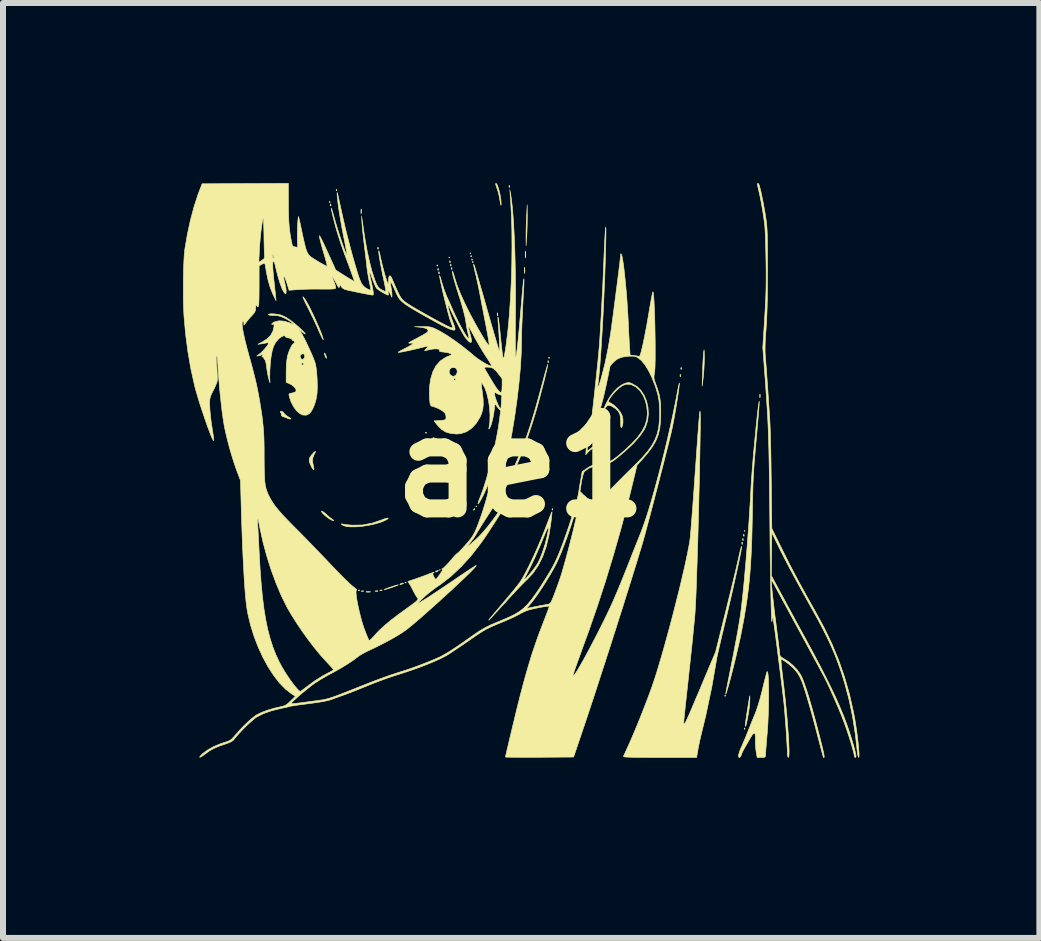
<source format=kicad_pcb>
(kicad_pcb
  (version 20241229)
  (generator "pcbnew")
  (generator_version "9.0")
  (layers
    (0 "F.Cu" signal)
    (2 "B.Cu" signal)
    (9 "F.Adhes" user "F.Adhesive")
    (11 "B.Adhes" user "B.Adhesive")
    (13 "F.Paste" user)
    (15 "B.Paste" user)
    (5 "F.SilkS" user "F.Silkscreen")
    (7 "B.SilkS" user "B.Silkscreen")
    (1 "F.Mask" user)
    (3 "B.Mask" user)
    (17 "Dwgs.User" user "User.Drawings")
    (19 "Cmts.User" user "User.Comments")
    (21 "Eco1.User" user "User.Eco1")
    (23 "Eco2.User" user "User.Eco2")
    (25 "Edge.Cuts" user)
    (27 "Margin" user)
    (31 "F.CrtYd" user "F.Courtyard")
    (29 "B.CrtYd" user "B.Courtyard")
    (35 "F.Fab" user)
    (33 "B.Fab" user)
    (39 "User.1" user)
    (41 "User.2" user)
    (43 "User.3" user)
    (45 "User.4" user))
  (footprint "ae1"
    (layer "F.Cu")
    (at 5.628 4.733)
    (property "Reference" "ae1" (at 0 0 0) (layer "F.SilkS") (effects (font (size 1.524 1.524) (thickness 0.3))))
    (attr through_hole)
    (fp_poly (pts (xy -1.341 1.714) (xy -1.348 1.722) (xy -1.355 1.714) (xy -1.348 1.707) (xy -1.341 1.714)) (stroke (width 0.01) (type solid)) (fill yes) (layer "F.SilkS"))
    (fp_poly (pts (xy -1.185 -3.493) (xy -1.192 -3.485) (xy -1.199 -3.493) (xy -1.192 -3.5) (xy -1.185 -3.493)) (stroke (width 0.01) (type solid)) (fill yes) (layer "F.SilkS"))
    (fp_poly (pts (xy -0.833 -3.563) (xy -0.84 -3.556) (xy -0.847 -3.563) (xy -0.84 -3.57) (xy -0.833 -3.563)) (stroke (width 0.01) (type solid)) (fill yes) (layer "F.SilkS"))
    (fp_poly (pts (xy -0.734 0.656) (xy -0.741 0.663) (xy -0.748 0.656) (xy -0.741 0.649) (xy -0.734 0.656)) (stroke (width 0.01) (type solid)) (fill yes) (layer "F.SilkS"))
    (fp_poly (pts (xy 3.739 1.065) (xy 3.732 1.072) (xy 3.725 1.065) (xy 3.732 1.058) (xy 3.739 1.065)) (stroke (width 0.01) (type solid)) (fill yes) (layer "F.SilkS"))
    (fp_poly (pts (xy -3.18 -4.426) (xy -3.178 -4.409) (xy -3.18 -4.407) (xy -3.188 -4.409) (xy -3.189 -4.417) (xy -3.184 -4.428) (xy -3.18 -4.426)) (stroke (width 0.01) (type solid)) (fill yes) (layer "F.SilkS"))
    (fp_poly (pts (xy -3.165 -4.377) (xy -3.164 -4.355) (xy -3.166 -4.35) (xy -3.173 -4.354) (xy -3.174 -4.369) (xy -3.17 -4.384) (xy -3.165 -4.377)) (stroke (width 0.01) (type solid)) (fill yes) (layer "F.SilkS"))
    (fp_poly (pts (xy -3.067 -4.624) (xy -3.065 -4.607) (xy -3.067 -4.605) (xy -3.075 -4.607) (xy -3.076 -4.614) (xy -3.071 -4.626) (xy -3.067 -4.624)) (stroke (width 0.01) (type solid)) (fill yes) (layer "F.SilkS"))
    (fp_poly (pts (xy -2.686 2.051) (xy -2.688 2.059) (xy -2.695 2.06) (xy -2.707 2.055) (xy -2.705 2.051) (xy -2.688 2.049) (xy -2.686 2.051)) (stroke (width 0.01) (type solid)) (fill yes) (layer "F.SilkS"))
    (fp_poly (pts (xy -2.621 2.065) (xy -2.619 2.07) (xy -2.639 2.072) (xy -2.659 2.07) (xy -2.656 2.065) (xy -2.628 2.063) (xy -2.621 2.065)) (stroke (width 0.01) (type solid)) (fill yes) (layer "F.SilkS"))
    (fp_poly (pts (xy -2.375 -3.657) (xy -2.373 -3.635) (xy -2.376 -3.63) (xy -2.383 -3.635) (xy -2.384 -3.649) (xy -2.38 -3.664) (xy -2.375 -3.657)) (stroke (width 0.01) (type solid)) (fill yes) (layer "F.SilkS"))
    (fp_poly (pts (xy -2.311 2.051) (xy -2.309 2.056) (xy -2.328 2.058) (xy -2.348 2.056) (xy -2.346 2.051) (xy -2.317 2.049) (xy -2.311 2.051)) (stroke (width 0.01) (type solid)) (fill yes) (layer "F.SilkS"))
    (fp_poly (pts (xy -1.91 1.924) (xy -1.912 1.932) (xy -1.919 1.933) (xy -1.931 1.928) (xy -1.929 1.924) (xy -1.912 1.922) (xy -1.91 1.924)) (stroke (width 0.01) (type solid)) (fill yes) (layer "F.SilkS"))
    (fp_poly (pts (xy -1.571 -0.574) (xy -1.573 -0.565) (xy -1.58 -0.564) (xy -1.592 -0.57) (xy -1.59 -0.574) (xy -1.573 -0.576) (xy -1.571 -0.574)) (stroke (width 0.01) (type solid)) (fill yes) (layer "F.SilkS"))
    (fp_poly (pts (xy -1.388 -3.368) (xy -1.386 -3.351) (xy -1.388 -3.349) (xy -1.396 -3.351) (xy -1.397 -3.358) (xy -1.392 -3.37) (xy -1.388 -3.368)) (stroke (width 0.01) (type solid)) (fill yes) (layer "F.SilkS"))
    (fp_poly (pts (xy -1.373 -3.305) (xy -1.372 -3.283) (xy -1.374 -3.278) (xy -1.381 -3.282) (xy -1.382 -3.296) (xy -1.378 -3.311) (xy -1.373 -3.305)) (stroke (width 0.01) (type solid)) (fill yes) (layer "F.SilkS"))
    (fp_poly (pts (xy -1.359 -3.248) (xy -1.357 -3.226) (xy -1.36 -3.221) (xy -1.367 -3.225) (xy -1.368 -3.24) (xy -1.364 -3.255) (xy -1.359 -3.248)) (stroke (width 0.01) (type solid)) (fill yes) (layer "F.SilkS"))
    (fp_poly (pts (xy -1.176 -3.432) (xy -1.174 -3.41) (xy -1.177 -3.405) (xy -1.183 -3.409) (xy -1.184 -3.423) (xy -1.181 -3.438) (xy -1.176 -3.432)) (stroke (width 0.01) (type solid)) (fill yes) (layer "F.SilkS"))
    (fp_poly (pts (xy -1.162 -3.375) (xy -1.16 -3.353) (xy -1.163 -3.348) (xy -1.169 -3.352) (xy -1.17 -3.367) (xy -1.167 -3.382) (xy -1.162 -3.375)) (stroke (width 0.01) (type solid)) (fill yes) (layer "F.SilkS"))
    (fp_poly (pts (xy -1.147 -3.319) (xy -1.146 -3.297) (xy -1.149 -3.292) (xy -1.155 -3.296) (xy -1.156 -3.31) (xy -1.153 -3.325) (xy -1.147 -3.319)) (stroke (width 0.01) (type solid)) (fill yes) (layer "F.SilkS"))
    (fp_poly (pts (xy -0.823 -3.523) (xy -0.821 -3.506) (xy -0.823 -3.504) (xy -0.832 -3.506) (xy -0.833 -3.514) (xy -0.827 -3.525) (xy -0.823 -3.523)) (stroke (width 0.01) (type solid)) (fill yes) (layer "F.SilkS"))
    (fp_poly (pts (xy -0.809 -3.467) (xy -0.807 -3.45) (xy -0.809 -3.448) (xy -0.817 -3.45) (xy -0.818 -3.457) (xy -0.813 -3.469) (xy -0.809 -3.467)) (stroke (width 0.01) (type solid)) (fill yes) (layer "F.SilkS"))
    (fp_poly (pts (xy -0.795 -3.424) (xy -0.793 -3.408) (xy -0.795 -3.405) (xy -0.803 -3.407) (xy -0.804 -3.415) (xy -0.799 -3.427) (xy -0.795 -3.424)) (stroke (width 0.01) (type solid)) (fill yes) (layer "F.SilkS"))
    (fp_poly (pts (xy -0.188 -4.688) (xy -0.186 -4.665) (xy -0.189 -4.66) (xy -0.195 -4.665) (xy -0.196 -4.679) (xy -0.193 -4.694) (xy -0.188 -4.688)) (stroke (width 0.01) (type solid)) (fill yes) (layer "F.SilkS"))
    (fp_poly (pts (xy 0.461 -1.767) (xy 0.463 -1.744) (xy 0.46 -1.739) (xy 0.454 -1.744) (xy 0.453 -1.758) (xy 0.456 -1.773) (xy 0.461 -1.767)) (stroke (width 0.01) (type solid)) (fill yes) (layer "F.SilkS"))
    (fp_poly (pts (xy 0.475 -1.83) (xy 0.477 -1.813) (xy 0.475 -1.811) (xy 0.467 -1.813) (xy 0.466 -1.82) (xy 0.471 -1.832) (xy 0.475 -1.83)) (stroke (width 0.01) (type solid)) (fill yes) (layer "F.SilkS"))
    (fp_poly (pts (xy 0.532 0.696) (xy 0.533 0.713) (xy 0.532 0.715) (xy 0.523 0.713) (xy 0.522 0.706) (xy 0.527 0.694) (xy 0.532 0.696)) (stroke (width 0.01) (type solid)) (fill yes) (layer "F.SilkS"))
    (fp_poly (pts (xy 2.662 -1.542) (xy 2.664 -1.513) (xy 2.662 -1.506) (xy 2.657 -1.505) (xy 2.655 -1.524) (xy 2.657 -1.544) (xy 2.662 -1.542)) (stroke (width 0.01) (type solid)) (fill yes) (layer "F.SilkS"))
    (fp_poly (pts (xy 2.677 -1.654) (xy 2.678 -1.632) (xy 2.676 -1.627) (xy 2.669 -1.631) (xy 2.668 -1.645) (xy 2.672 -1.66) (xy 2.677 -1.654)) (stroke (width 0.01) (type solid)) (fill yes) (layer "F.SilkS"))
    (fp_poly (pts (xy 3.41 3.801) (xy 3.412 3.817) (xy 3.41 3.819) (xy 3.402 3.817) (xy 3.401 3.81) (xy 3.406 3.798) (xy 3.41 3.801)) (stroke (width 0.01) (type solid)) (fill yes) (layer "F.SilkS"))
    (fp_poly (pts (xy 3.692 1.252) (xy 3.694 1.281) (xy 3.692 1.288) (xy 3.687 1.289) (xy 3.685 1.27) (xy 3.687 1.25) (xy 3.692 1.252)) (stroke (width 0.01) (type solid)) (fill yes) (layer "F.SilkS"))
    (fp_poly (pts (xy 3.707 1.197) (xy 3.708 1.219) (xy 3.706 1.224) (xy 3.699 1.22) (xy 3.698 1.205) (xy 3.702 1.19) (xy 3.707 1.197)) (stroke (width 0.01) (type solid)) (fill yes) (layer "F.SilkS"))
    (fp_poly (pts (xy 3.721 1.126) (xy 3.723 1.148) (xy 3.72 1.153) (xy 3.713 1.149) (xy 3.712 1.135) (xy 3.716 1.12) (xy 3.721 1.126)) (stroke (width 0.01) (type solid)) (fill yes) (layer "F.SilkS"))
    (fp_poly (pts (xy 3.735 4.351) (xy 3.736 4.368) (xy 3.735 4.37) (xy 3.726 4.368) (xy 3.725 4.36) (xy 3.73 4.349) (xy 3.735 4.351)) (stroke (width 0.01) (type solid)) (fill yes) (layer "F.SilkS"))
    (fp_poly (pts (xy -2.657 -4.293) (xy -2.655 -4.252) (xy -2.657 -4.23) (xy -2.661 -4.223) (xy -2.663 -4.241) (xy -2.663 -4.262) (xy -2.662 -4.292) (xy -2.659 -4.3) (xy -2.657 -4.293)) (stroke (width 0.01) (type solid)) (fill yes) (layer "F.SilkS"))
    (fp_poly (pts (xy -2.508 2.078) (xy -2.502 2.082) (xy -2.519 2.084) (xy -2.54 2.085) (xy -2.571 2.084) (xy -2.579 2.081) (xy -2.572 2.078) (xy -2.531 2.076) (xy -2.508 2.078)) (stroke (width 0.01) (type solid)) (fill yes) (layer "F.SilkS"))
    (fp_poly (pts (xy -2.381 2.065) (xy -2.381 2.07) (xy -2.403 2.072) (xy -2.406 2.072) (xy -2.428 2.07) (xy -2.426 2.065) (xy -2.423 2.065) (xy -2.393 2.062) (xy -2.381 2.065)) (stroke (width 0.01) (type solid)) (fill yes) (layer "F.SilkS"))
    (fp_poly (pts (xy -1.953 1.938) (xy -1.968 1.947) (xy -1.998 1.958) (xy -2.014 1.959) (xy -2.009 1.951) (xy -2.004 1.947) (xy -1.974 1.936) (xy -1.961 1.934) (xy -1.953 1.938)) (stroke (width 0.01) (type solid)) (fill yes) (layer "F.SilkS"))
    (fp_poly (pts (xy -1.373 1.728) (xy -1.383 1.736) (xy -1.409 1.748) (xy -1.418 1.749) (xy -1.421 1.744) (xy -1.411 1.736) (xy -1.385 1.724) (xy -1.376 1.722) (xy -1.373 1.728)) (stroke (width 0.01) (type solid)) (fill yes) (layer "F.SilkS"))
    (fp_poly (pts (xy -0.766 0.701) (xy -0.769 0.706) (xy -0.782 0.719) (xy -0.785 0.72) (xy -0.786 0.711) (xy -0.783 0.706) (xy -0.77 0.692) (xy -0.767 0.691) (xy -0.766 0.701)) (stroke (width 0.01) (type solid)) (fill yes) (layer "F.SilkS"))
    (fp_poly (pts (xy -0.386 -2.567) (xy -0.385 -2.564) (xy -0.383 -2.534) (xy -0.386 -2.522) (xy -0.39 -2.522) (xy -0.392 -2.544) (xy -0.392 -2.547) (xy -0.39 -2.569) (xy -0.386 -2.567)) (stroke (width 0.01) (type solid)) (fill yes) (layer "F.SilkS"))
    (fp_poly (pts (xy 3.989 -1.21) (xy 3.991 -1.174) (xy 3.989 -1.161) (xy 3.985 -1.156) (xy 3.983 -1.176) (xy 3.983 -1.185) (xy 3.984 -1.211) (xy 3.988 -1.214) (xy 3.989 -1.21)) (stroke (width 0.01) (type solid)) (fill yes) (layer "F.SilkS"))
    (fp_poly (pts (xy 0.067 -3.32) (xy 0.067 -3.319) (xy 0.069 -3.273) (xy 0.067 -3.235) (xy 0.064 -3.227) (xy 0.062 -3.244) (xy 0.061 -3.281) (xy 0.062 -3.317) (xy 0.064 -3.331) (xy 0.067 -3.32)) (stroke (width 0.01) (type solid)) (fill yes) (layer "F.SilkS"))
    (fp_poly (pts (xy 0.08 -3.591) (xy 0.081 -3.588) (xy 0.083 -3.538) (xy 0.081 -3.496) (xy 0.078 -3.485) (xy 0.076 -3.5) (xy 0.075 -3.536) (xy 0.075 -3.542) (xy 0.076 -3.581) (xy 0.078 -3.598) (xy 0.08 -3.591)) (stroke (width 0.01) (type solid)) (fill yes) (layer "F.SilkS"))
    (fp_poly (pts (xy -3.261 -1.892) (xy -3.249 -1.867) (xy -3.247 -1.861) (xy -3.238 -1.829) (xy -3.236 -1.811) (xy -3.237 -1.811) (xy -3.245 -1.818) (xy -3.258 -1.844) (xy -3.26 -1.849) (xy -3.27 -1.88) (xy -3.271 -1.898) (xy -3.27 -1.899) (xy -3.261 -1.892)) (stroke (width 0.01) (type solid)) (fill yes) (layer "F.SilkS"))
    (fp_poly (pts (xy 0.109 -4.184) (xy 0.108 -4.095) (xy 0.106 -3.998) (xy 0.103 -3.905) (xy 0.099 -3.845) (xy 0.089 -3.69) (xy 0.089 -3.838) (xy 0.089 -3.913) (xy 0.091 -4.004) (xy 0.094 -4.099) (xy 0.098 -4.177) (xy 0.108 -4.367) (xy 0.109 -4.184)) (stroke (width 0.01) (type solid)) (fill yes) (layer "F.SilkS"))
    (fp_poly (pts (xy -2.045 1.967) (xy -2.073 1.979) (xy -2.117 1.995) (xy -2.144 2.005) (xy -2.199 2.023) (xy -2.244 2.037) (xy -2.273 2.044) (xy -2.278 2.045) (xy -2.273 2.04) (xy -2.245 2.029) (xy -2.201 2.012) (xy -2.174 2.003) (xy -2.119 1.984) (xy -2.074 1.971) (xy -2.045 1.963) (xy -2.04 1.963) (xy -2.045 1.967)) (stroke (width 0.01) (type solid)) (fill yes) (layer "F.SilkS"))
    (fp_poly (pts (xy -3.297 0.743) (xy -3.265 0.766) (xy -3.233 0.795) (xy -3.194 0.83) (xy -3.159 0.858) (xy -3.14 0.871) (xy -3.121 0.886) (xy -3.12 0.895) (xy -3.135 0.892) (xy -3.165 0.877) (xy -3.19 0.863) (xy -3.232 0.833) (xy -3.27 0.801) (xy -3.3 0.771) (xy -3.319 0.747) (xy -3.321 0.735) (xy -3.317 0.734) (xy -3.297 0.743)) (stroke (width 0.01) (type solid)) (fill yes) (layer "F.SilkS"))
    (fp_poly (pts (xy 3.057 -1.941) (xy 3.058 -1.907) (xy 3.059 -1.848) (xy 3.059 -1.813) (xy 3.058 -1.727) (xy 3.053 -1.634) (xy 3.047 -1.547) (xy 3.041 -1.489) (xy 3.023 -1.348) (xy 3.03 -1.58) (xy 3.033 -1.667) (xy 3.037 -1.752) (xy 3.042 -1.826) (xy 3.046 -1.884) (xy 3.048 -1.905) (xy 3.052 -1.938) (xy 3.055 -1.95) (xy 3.057 -1.941)) (stroke (width 0.01) (type solid)) (fill yes) (layer "F.SilkS"))
    (fp_poly (pts (xy -3.42 -0.253) (xy -3.434 -0.223) (xy -3.442 -0.21) (xy -3.466 -0.153) (xy -3.469 -0.088) (xy -3.456 -0.024) (xy -3.446 0.023) (xy -3.448 0.044) (xy -3.46 0.039) (xy -3.481 0.008) (xy -3.49 -0.01) (xy -3.517 -0.071) (xy -3.526 -0.118) (xy -3.515 -0.159) (xy -3.485 -0.203) (xy -3.476 -0.212) (xy -3.442 -0.247) (xy -3.423 -0.261) (xy -3.42 -0.253)) (stroke (width 0.01) (type solid)) (fill yes) (layer "F.SilkS"))
    (fp_poly (pts (xy -0.399 -4.714) (xy -0.383 -4.68) (xy -0.367 -4.629) (xy -0.351 -4.57) (xy -0.339 -4.507) (xy -0.331 -4.455) (xy -0.327 -4.4) (xy -0.327 -4.369) (xy -0.33 -4.363) (xy -0.336 -4.383) (xy -0.344 -4.43) (xy -0.346 -4.441) (xy -0.359 -4.516) (xy -0.381 -4.6) (xy -0.407 -4.679) (xy -0.416 -4.703) (xy -0.418 -4.723) (xy -0.411 -4.727) (xy -0.399 -4.714)) (stroke (width 0.01) (type solid)) (fill yes) (layer "F.SilkS"))
    (fp_poly (pts (xy -3.967 -0.921) (xy -3.946 -0.896) (xy -3.918 -0.867) (xy -3.878 -0.839) (xy -3.871 -0.835) (xy -3.843 -0.817) (xy -3.832 -0.803) (xy -3.834 -0.8) (xy -3.855 -0.8) (xy -3.883 -0.81) (xy -3.925 -0.828) (xy -3.957 -0.838) (xy -3.985 -0.852) (xy -3.988 -0.868) (xy -3.989 -0.89) (xy -3.994 -0.896) (xy -4.007 -0.914) (xy -3.999 -0.929) (xy -3.988 -0.931) (xy -3.967 -0.921)) (stroke (width 0.01) (type solid)) (fill yes) (layer "F.SilkS"))
    (fp_poly (pts (xy 3.818 3.832) (xy 3.818 3.873) (xy 3.816 3.923) (xy 3.813 3.971) (xy 3.806 4.028) (xy 3.797 4.09) (xy 3.786 4.152) (xy 3.775 4.211) (xy 3.764 4.261) (xy 3.755 4.299) (xy 3.747 4.32) (xy 3.742 4.32) (xy 3.741 4.31) (xy 3.743 4.285) (xy 3.75 4.232) (xy 3.761 4.154) (xy 3.777 4.052) (xy 3.797 3.927) (xy 3.815 3.817) (xy 3.817 3.813) (xy 3.818 3.832)) (stroke (width 0.01) (type solid)) (fill yes) (layer "F.SilkS"))
    (fp_poly (pts (xy -1.452 -0.488) (xy -1.436 -0.481) (xy -1.4 -0.469) (xy -1.35 -0.453) (xy -1.326 -0.446) (xy -1.272 -0.429) (xy -1.242 -0.418) (xy -1.236 -0.412) (xy -1.251 -0.41) (xy -1.256 -0.41) (xy -1.298 -0.408) (xy -1.333 -0.404) (xy -1.333 -0.404) (xy -1.371 -0.402) (xy -1.393 -0.405) (xy -1.418 -0.415) (xy -1.425 -0.424) (xy -1.437 -0.434) (xy -1.46 -0.437) (xy -1.487 -0.442) (xy -1.496 -0.45) (xy -1.487 -0.467) (xy -1.469 -0.483) (xy -1.453 -0.489) (xy -1.452 -0.488)) (stroke (width 0.01) (type solid)) (fill yes) (layer "F.SilkS"))
    (fp_poly (pts (xy -2.208 0.857) (xy -2.225 0.87) (xy -2.254 0.887) (xy -2.333 0.92) (xy -2.431 0.949) (xy -2.538 0.972) (xy -2.649 0.989) (xy -2.754 0.997) (xy -2.848 0.997) (xy -2.911 0.989) (xy -2.951 0.977) (xy -2.979 0.962) (xy -2.982 0.96) (xy -2.989 0.948) (xy -2.975 0.948) (xy -2.963 0.951) (xy -2.934 0.957) (xy -2.884 0.963) (xy -2.825 0.968) (xy -2.8 0.969) (xy -2.638 0.966) (xy -2.474 0.935) (xy -2.332 0.887) (xy -2.278 0.866) (xy -2.238 0.854) (xy -2.214 0.851) (xy -2.208 0.857)) (stroke (width 0.01) (type solid)) (fill yes) (layer "F.SilkS"))
    (fp_poly (pts (xy -3.617 -2.828) (xy -3.595 -2.796) (xy -3.574 -2.762) (xy -3.543 -2.709) (xy -3.509 -2.642) (xy -3.472 -2.566) (xy -3.434 -2.485) (xy -3.397 -2.403) (xy -3.362 -2.324) (xy -3.333 -2.253) (xy -3.31 -2.193) (xy -3.296 -2.149) (xy -3.291 -2.125) (xy -3.292 -2.122) (xy -3.299 -2.132) (xy -3.316 -2.164) (xy -3.339 -2.213) (xy -3.368 -2.276) (xy -3.386 -2.318) (xy -3.425 -2.405) (xy -3.47 -2.499) (xy -3.514 -2.59) (xy -3.553 -2.668) (xy -3.558 -2.678) (xy -3.592 -2.743) (xy -3.614 -2.793) (xy -3.627 -2.824) (xy -3.628 -2.837) (xy -3.617 -2.828)) (stroke (width 0.01) (type solid)) (fill yes) (layer "F.SilkS"))
    (fp_poly (pts (xy 4.117 3.427) (xy 4.123 3.469) (xy 4.127 3.529) (xy 4.13 3.606) (xy 4.132 3.696) (xy 4.132 3.797) (xy 4.131 3.906) (xy 4.129 4.019) (xy 4.125 4.134) (xy 4.12 4.248) (xy 4.114 4.357) (xy 4.106 4.452) (xy 4.098 4.547) (xy 4.091 4.633) (xy 4.085 4.707) (xy 4.081 4.764) (xy 4.079 4.8) (xy 4.078 4.808) (xy 4.075 4.827) (xy 4.062 4.837) (xy 4.03 4.84) (xy 4.009 4.84) (xy 3.94 4.84) (xy 3.923 4.741) (xy 3.915 4.681) (xy 3.91 4.622) (xy 3.909 4.583) (xy 3.911 4.506) (xy 3.907 4.457) (xy 3.897 4.434) (xy 3.879 4.438) (xy 3.855 4.468) (xy 3.827 4.514) (xy 3.793 4.574) (xy 3.755 4.64) (xy 3.733 4.678) (xy 3.706 4.726) (xy 3.685 4.771) (xy 3.676 4.799) (xy 3.662 4.829) (xy 3.645 4.84) (xy 3.632 4.835) (xy 3.629 4.813) (xy 3.633 4.788) (xy 3.647 4.739) (xy 3.667 4.689) (xy 3.67 4.682) (xy 3.685 4.651) (xy 3.707 4.599) (xy 3.735 4.533) (xy 3.765 4.459) (xy 3.78 4.421) (xy 3.814 4.337) (xy 3.848 4.251) (xy 3.881 4.172) (xy 3.907 4.107) (xy 3.914 4.091) (xy 3.934 4.037) (xy 3.958 3.962) (xy 3.984 3.875) (xy 4.009 3.781) (xy 4.029 3.703) (xy 4.049 3.619) (xy 4.068 3.543) (xy 4.084 3.481) (xy 4.096 3.437) (xy 4.102 3.415) (xy 4.102 3.415) (xy 4.11 3.408) (xy 4.117 3.427)) (stroke (width 0.01) (type solid)) (fill yes) (layer "F.SilkS"))
    (fp_poly (pts (xy 0.522 0.748) (xy 0.52 0.771) (xy 0.516 0.814) (xy 0.509 0.873) (xy 0.502 0.932) (xy 0.469 1.143) (xy 0.423 1.33) (xy 0.365 1.495) (xy 0.293 1.64) (xy 0.207 1.766) (xy 0.106 1.875) (xy 0.086 1.893) (xy 0.058 1.92) (xy 0.014 1.965) (xy -0.042 2.023) (xy -0.106 2.092) (xy -0.176 2.167) (xy -0.24 2.237) (xy -0.332 2.338) (xy -0.407 2.419) (xy -0.464 2.481) (xy -0.503 2.523) (xy -0.527 2.547) (xy -0.535 2.553) (xy -0.527 2.542) (xy -0.505 2.514) (xy -0.497 2.505) (xy -0.47 2.472) (xy -0.429 2.423) (xy -0.376 2.361) (xy -0.318 2.291) (xy -0.256 2.218) (xy -0.247 2.208) (xy -0.186 2.135) (xy -0.128 2.065) (xy -0.076 2.001) (xy -0.035 1.948) (xy -0.008 1.912) (xy -0.005 1.908) (xy 0.015 1.875) (xy 0.057 1.875) (xy 0.065 1.874) (xy 0.087 1.855) (xy 0.118 1.821) (xy 0.154 1.779) (xy 0.193 1.731) (xy 0.23 1.682) (xy 0.262 1.637) (xy 0.284 1.602) (xy 0.325 1.517) (xy 0.365 1.413) (xy 0.403 1.296) (xy 0.434 1.176) (xy 0.444 1.131) (xy 0.458 1.063) (xy 0.463 1.02) (xy 0.461 1.003) (xy 0.451 1.013) (xy 0.433 1.049) (xy 0.405 1.112) (xy 0.389 1.15) (xy 0.31 1.34) (xy 0.236 1.508) (xy 0.168 1.651) (xy 0.119 1.748) (xy 0.092 1.8) (xy 0.071 1.842) (xy 0.059 1.869) (xy 0.057 1.875) (xy 0.015 1.875) (xy 0.04 1.834) (xy 0.092 1.737) (xy 0.15 1.622) (xy 0.211 1.493) (xy 0.274 1.354) (xy 0.336 1.208) (xy 0.396 1.061) (xy 0.451 0.916) (xy 0.453 0.91) (xy 0.478 0.846) (xy 0.498 0.795) (xy 0.513 0.761) (xy 0.521 0.747) (xy 0.522 0.748)) (stroke (width 0.01) (type solid)) (fill yes) (layer "F.SilkS"))
    (fp_poly (pts (xy 3.975 -1.08) (xy 3.973 -1.04) (xy 3.968 -0.978) (xy 3.962 -0.896) (xy 3.954 -0.797) (xy 3.944 -0.685) (xy 3.934 -0.561) (xy 3.925 -0.464) (xy 3.911 -0.303) (xy 3.899 -0.165) (xy 3.889 -0.044) (xy 3.882 0.065) (xy 3.876 0.169) (xy 3.871 0.272) (xy 3.868 0.379) (xy 3.865 0.497) (xy 3.862 0.631) (xy 3.861 0.741) (xy 3.856 0.997) (xy 3.85 1.229) (xy 3.841 1.44) (xy 3.83 1.637) (xy 3.816 1.821) (xy 3.798 1.999) (xy 3.776 2.173) (xy 3.75 2.347) (xy 3.72 2.527) (xy 3.684 2.716) (xy 3.669 2.794) (xy 3.652 2.875) (xy 3.631 2.966) (xy 3.608 3.066) (xy 3.584 3.17) (xy 3.558 3.275) (xy 3.532 3.379) (xy 3.507 3.477) (xy 3.483 3.567) (xy 3.462 3.645) (xy 3.443 3.709) (xy 3.429 3.755) (xy 3.42 3.779) (xy 3.416 3.78) (xy 3.418 3.765) (xy 3.426 3.725) (xy 3.437 3.663) (xy 3.453 3.583) (xy 3.472 3.488) (xy 3.493 3.38) (xy 3.516 3.263) (xy 3.52 3.244) (xy 3.546 3.113) (xy 3.571 2.979) (xy 3.596 2.849) (xy 3.618 2.726) (xy 3.637 2.616) (xy 3.652 2.525) (xy 3.661 2.469) (xy 3.675 2.362) (xy 3.69 2.231) (xy 3.706 2.079) (xy 3.723 1.91) (xy 3.739 1.727) (xy 3.756 1.534) (xy 3.772 1.336) (xy 3.787 1.136) (xy 3.802 0.936) (xy 3.814 0.742) (xy 3.826 0.557) (xy 3.835 0.385) (xy 3.838 0.332) (xy 3.842 0.258) (xy 3.848 0.169) (xy 3.856 0.066) (xy 3.865 -0.047) (xy 3.875 -0.168) (xy 3.886 -0.292) (xy 3.898 -0.418) (xy 3.91 -0.542) (xy 3.921 -0.66) (xy 3.933 -0.771) (xy 3.943 -0.87) (xy 3.953 -0.955) (xy 3.962 -1.022) (xy 3.969 -1.07) (xy 3.974 -1.093) (xy 3.975 -1.095) (xy 3.975 -1.08)) (stroke (width 0.01) (type solid)) (fill yes) (layer "F.SilkS"))
    (fp_poly (pts (xy 2.99 -0.92) (xy 2.992 -0.883) (xy 2.993 -0.822) (xy 2.992 -0.738) (xy 2.992 -0.635) (xy 2.99 -0.514) (xy 2.988 -0.377) (xy 2.985 -0.226) (xy 2.982 -0.064) (xy 2.979 0.108) (xy 2.975 0.287) (xy 2.97 0.472) (xy 2.966 0.66) (xy 2.961 0.85) (xy 2.956 1.039) (xy 2.951 1.225) (xy 2.945 1.406) (xy 2.94 1.58) (xy 2.934 1.745) (xy 2.929 1.899) (xy 2.924 2.04) (xy 2.919 2.165) (xy 2.914 2.274) (xy 2.909 2.363) (xy 2.906 2.413) (xy 2.902 2.467) (xy 2.895 2.545) (xy 2.885 2.644) (xy 2.874 2.761) (xy 2.861 2.892) (xy 2.846 3.033) (xy 2.83 3.182) (xy 2.814 3.333) (xy 2.808 3.386) (xy 2.789 3.567) (xy 2.772 3.721) (xy 2.758 3.851) (xy 2.746 3.959) (xy 2.737 4.047) (xy 2.729 4.117) (xy 2.724 4.172) (xy 2.72 4.212) (xy 2.718 4.241) (xy 2.717 4.259) (xy 2.718 4.27) (xy 2.719 4.275) (xy 2.721 4.276) (xy 2.724 4.276) (xy 2.726 4.276) (xy 2.73 4.274) (xy 2.736 4.269) (xy 2.743 4.258) (xy 2.753 4.239) (xy 2.767 4.21) (xy 2.786 4.168) (xy 2.811 4.113) (xy 2.842 4.041) (xy 2.88 3.951) (xy 2.927 3.84) (xy 2.984 3.707) (xy 3.029 3.598) (xy 3.247 3.083) (xy 3.414 2.413) (xy 3.449 2.271) (xy 3.484 2.13) (xy 3.517 1.993) (xy 3.548 1.866) (xy 3.576 1.75) (xy 3.599 1.652) (xy 3.617 1.573) (xy 3.628 1.526) (xy 3.644 1.453) (xy 3.658 1.393) (xy 3.67 1.349) (xy 3.677 1.325) (xy 3.68 1.323) (xy 3.679 1.344) (xy 3.672 1.391) (xy 3.659 1.461) (xy 3.641 1.552) (xy 3.617 1.663) (xy 3.589 1.792) (xy 3.557 1.936) (xy 3.522 2.093) (xy 3.483 2.262) (xy 3.441 2.441) (xy 3.396 2.627) (xy 3.382 2.688) (xy 3.355 2.798) (xy 3.331 2.902) (xy 3.309 2.996) (xy 3.291 3.076) (xy 3.277 3.138) (xy 3.268 3.179) (xy 3.267 3.189) (xy 3.183 3.672) (xy 3.084 4.142) (xy 3.029 4.367) (xy 3.008 4.453) (xy 2.987 4.544) (xy 2.969 4.63) (xy 2.955 4.699) (xy 2.955 4.703) (xy 2.931 4.84) (xy 2.317 4.84) (xy 2.165 4.84) (xy 2.038 4.839) (xy 1.935 4.839) (xy 1.855 4.837) (xy 1.795 4.835) (xy 1.752 4.833) (xy 1.726 4.83) (xy 1.713 4.826) (xy 1.712 4.822) (xy 1.72 4.804) (xy 1.738 4.765) (xy 1.763 4.71) (xy 1.793 4.645) (xy 1.806 4.615) (xy 1.855 4.504) (xy 1.91 4.374) (xy 1.969 4.23) (xy 2.029 4.08) (xy 2.087 3.93) (xy 2.141 3.788) (xy 2.188 3.658) (xy 2.201 3.619) (xy 2.243 3.495) (xy 2.288 3.35) (xy 2.336 3.188) (xy 2.386 3.014) (xy 2.437 2.829) (xy 2.489 2.639) (xy 2.54 2.445) (xy 2.589 2.251) (xy 2.637 2.062) (xy 2.681 1.879) (xy 2.721 1.707) (xy 2.756 1.549) (xy 2.785 1.409) (xy 2.808 1.289) (xy 2.821 1.205) (xy 2.825 1.173) (xy 2.83 1.116) (xy 2.837 1.036) (xy 2.845 0.937) (xy 2.854 0.821) (xy 2.864 0.692) (xy 2.874 0.552) (xy 2.885 0.404) (xy 2.892 0.303) (xy 2.907 0.088) (xy 2.921 -0.101) (xy 2.932 -0.266) (xy 2.943 -0.407) (xy 2.951 -0.527) (xy 2.959 -0.628) (xy 2.965 -0.71) (xy 2.97 -0.777) (xy 2.975 -0.829) (xy 2.978 -0.868) (xy 2.981 -0.896) (xy 2.984 -0.914) (xy 2.986 -0.926) (xy 2.988 -0.931) (xy 2.988 -0.931) (xy 2.99 -0.92)) (stroke (width 0.01) (type solid)) (fill yes) (layer "F.SilkS"))
    (fp_poly (pts (xy -4.113 -2.552) (xy -4.06 -2.546) (xy -4.009 -2.536) (xy -3.997 -2.533) (xy -3.949 -2.513) (xy -3.892 -2.482) (xy -3.838 -2.445) (xy -3.837 -2.445) (xy -3.783 -2.403) (xy -3.729 -2.358) (xy -3.678 -2.313) (xy -3.636 -2.273) (xy -3.606 -2.242) (xy -3.591 -2.222) (xy -3.591 -2.218) (xy -3.605 -2.222) (xy -3.631 -2.242) (xy -3.65 -2.259) (xy -3.702 -2.307) (xy -3.67 -2.258) (xy -3.64 -2.206) (xy -3.604 -2.138) (xy -3.565 -2.059) (xy -3.526 -1.976) (xy -3.489 -1.894) (xy -3.457 -1.819) (xy -3.434 -1.758) (xy -3.422 -1.721) (xy -3.408 -1.644) (xy -3.398 -1.548) (xy -3.392 -1.443) (xy -3.39 -1.339) (xy -3.393 -1.245) (xy -3.398 -1.198) (xy -3.413 -1.118) (xy -3.437 -1.039) (xy -3.467 -0.969) (xy -3.5 -0.915) (xy -3.525 -0.888) (xy -3.576 -0.864) (xy -3.633 -0.867) (xy -3.678 -0.888) (xy -3.733 -0.934) (xy -3.784 -1.002) (xy -3.826 -1.083) (xy -3.856 -1.17) (xy -3.858 -1.18) (xy -3.863 -1.208) (xy -3.855 -1.222) (xy -3.828 -1.23) (xy -3.81 -1.233) (xy -3.772 -1.244) (xy -3.748 -1.258) (xy -3.744 -1.263) (xy -3.746 -1.295) (xy -3.769 -1.33) (xy -3.809 -1.364) (xy -3.846 -1.385) (xy -3.909 -1.412) (xy -3.909 -1.585) (xy -3.906 -1.681) (xy -3.904 -1.713) (xy -3.655 -1.713) (xy -3.647 -1.698) (xy -3.63 -1.7) (xy -3.616 -1.719) (xy -3.622 -1.733) (xy -3.632 -1.736) (xy -3.652 -1.724) (xy -3.655 -1.713) (xy -3.904 -1.713) (xy -3.899 -1.768) (xy -3.889 -1.837) (xy -3.887 -1.848) (xy -3.886 -1.85) (xy -3.678 -1.85) (xy -3.67 -1.822) (xy -3.67 -1.822) (xy -3.655 -1.798) (xy -3.641 -1.794) (xy -3.621 -1.801) (xy -3.603 -1.82) (xy -3.599 -1.85) (xy -3.609 -1.877) (xy -3.621 -1.886) (xy -3.648 -1.884) (xy -3.664 -1.873) (xy -3.678 -1.85) (xy -3.886 -1.85) (xy -3.87 -1.905) (xy -3.848 -1.96) (xy -3.824 -2.009) (xy -3.802 -2.045) (xy -3.783 -2.06) (xy -3.781 -2.06) (xy -3.769 -2.072) (xy -3.768 -2.081) (xy -3.779 -2.1) (xy -3.789 -2.103) (xy -3.808 -2.113) (xy -3.81 -2.122) (xy -3.823 -2.137) (xy -3.858 -2.149) (xy -3.866 -2.15) (xy -3.902 -2.159) (xy -3.921 -2.17) (xy -3.923 -2.173) (xy -3.932 -2.188) (xy -3.957 -2.185) (xy -3.992 -2.168) (xy -4.031 -2.139) (xy -4.043 -2.127) (xy -4.086 -2.075) (xy -4.119 -2.01) (xy -4.144 -1.929) (xy -4.162 -1.828) (xy -4.175 -1.703) (xy -4.175 -1.695) (xy -4.18 -1.621) (xy -4.182 -1.552) (xy -4.183 -1.496) (xy -4.182 -1.46) (xy -4.178 -1.404) (xy -4.197 -1.463) (xy -4.208 -1.504) (xy -4.219 -1.563) (xy -4.23 -1.629) (xy -4.233 -1.653) (xy -4.244 -1.729) (xy -4.257 -1.777) (xy -4.27 -1.796) (xy -4.283 -1.813) (xy -4.282 -1.821) (xy -4.286 -1.832) (xy -4.298 -1.834) (xy -4.313 -1.837) (xy -4.308 -1.851) (xy -4.302 -1.858) (xy -4.29 -1.875) (xy -4.3 -1.875) (xy -4.311 -1.871) (xy -4.348 -1.859) (xy -4.374 -1.853) (xy -4.396 -1.849) (xy -4.395 -1.854) (xy -4.373 -1.87) (xy -4.367 -1.874) (xy -4.334 -1.899) (xy -4.296 -1.936) (xy -4.259 -1.978) (xy -4.228 -2.017) (xy -4.208 -2.047) (xy -4.205 -2.058) (xy -4.215 -2.071) (xy -4.237 -2.069) (xy -4.272 -2.061) (xy -4.317 -2.054) (xy -4.325 -2.053) (xy -4.381 -2.045) (xy -4.311 -2.082) (xy -4.227 -2.136) (xy -4.167 -2.195) (xy -4.13 -2.264) (xy -4.115 -2.326) (xy -4.11 -2.364) (xy -4.114 -2.38) (xy -4.126 -2.38) (xy -4.127 -2.38) (xy -4.148 -2.375) (xy -4.15 -2.383) (xy -4.137 -2.398) (xy -4.112 -2.414) (xy -4.096 -2.422) (xy -4.027 -2.437) (xy -3.945 -2.431) (xy -3.857 -2.405) (xy -3.843 -2.399) (xy -3.805 -2.383) (xy -3.788 -2.377) (xy -3.789 -2.383) (xy -3.803 -2.399) (xy -3.828 -2.419) (xy -3.87 -2.446) (xy -3.921 -2.473) (xy -3.927 -2.477) (xy -3.987 -2.504) (xy -4.035 -2.519) (xy -4.084 -2.525) (xy -4.115 -2.526) (xy -4.162 -2.528) (xy -4.195 -2.533) (xy -4.205 -2.54) (xy -4.192 -2.549) (xy -4.159 -2.554) (xy -4.113 -2.552)) (stroke (width 0.01) (type solid)) (fill yes) (layer "F.SilkS"))
    (fp_poly (pts (xy 3.963 -4.721) (xy 3.964 -4.719) (xy 3.974 -4.699) (xy 3.986 -4.654) (xy 4.002 -4.591) (xy 4.019 -4.512) (xy 4.037 -4.423) (xy 4.055 -4.328) (xy 4.072 -4.231) (xy 4.08 -4.177) (xy 4.088 -4.127) (xy 4.094 -4.081) (xy 4.099 -4.035) (xy 4.103 -3.987) (xy 4.106 -3.932) (xy 4.109 -3.867) (xy 4.11 -3.791) (xy 4.111 -3.698) (xy 4.112 -3.587) (xy 4.112 -3.453) (xy 4.113 -3.302) (xy 4.112 -3.11) (xy 4.111 -2.941) (xy 4.109 -2.794) (xy 4.106 -2.664) (xy 4.102 -2.547) (xy 4.097 -2.439) (xy 4.091 -2.337) (xy 4.089 -2.307) (xy 4.08 -2.183) (xy 4.074 -2.081) (xy 4.072 -1.997) (xy 4.072 -1.924) (xy 4.075 -1.857) (xy 4.078 -1.827) (xy 4.084 -1.75) (xy 4.092 -1.647) (xy 4.101 -1.523) (xy 4.111 -1.38) (xy 4.122 -1.221) (xy 4.133 -1.051) (xy 4.145 -0.871) (xy 4.15 -0.797) (xy 4.153 -0.734) (xy 4.157 -0.645) (xy 4.16 -0.536) (xy 4.163 -0.411) (xy 4.167 -0.271) (xy 4.17 -0.123) (xy 4.172 0.031) (xy 4.174 0.187) (xy 4.175 0.24) (xy 4.184 1.023) (xy 4.351 1.362) (xy 4.481 1.622) (xy 4.618 1.882) (xy 4.765 2.15) (xy 4.899 2.388) (xy 5.054 2.673) (xy 5.187 2.949) (xy 5.3 3.223) (xy 5.396 3.5) (xy 5.478 3.786) (xy 5.546 4.087) (xy 5.551 4.114) (xy 5.568 4.203) (xy 5.583 4.299) (xy 5.598 4.398) (xy 5.611 4.496) (xy 5.622 4.588) (xy 5.63 4.672) (xy 5.636 4.743) (xy 5.638 4.797) (xy 5.636 4.831) (xy 5.632 4.84) (xy 5.624 4.827) (xy 5.616 4.793) (xy 5.609 4.746) (xy 5.609 4.745) (xy 5.574 4.439) (xy 5.529 4.154) (xy 5.473 3.885) (xy 5.405 3.626) (xy 5.39 3.575) (xy 5.342 3.421) (xy 5.292 3.278) (xy 5.24 3.14) (xy 5.182 3.003) (xy 5.117 2.862) (xy 5.042 2.712) (xy 4.956 2.549) (xy 4.856 2.369) (xy 4.837 2.335) (xy 4.718 2.121) (xy 4.604 1.914) (xy 4.498 1.717) (xy 4.402 1.534) (xy 4.318 1.368) (xy 4.277 1.284) (xy 4.184 1.094) (xy 4.18 1.451) (xy 4.176 1.809) (xy 4.341 2.115) (xy 4.389 2.203) (xy 4.447 2.311) (xy 4.513 2.432) (xy 4.582 2.56) (xy 4.653 2.69) (xy 4.722 2.816) (xy 4.756 2.879) (xy 4.881 3.11) (xy 4.992 3.32) (xy 5.09 3.512) (xy 5.177 3.688) (xy 5.254 3.851) (xy 5.321 4.004) (xy 5.381 4.149) (xy 5.434 4.289) (xy 5.481 4.427) (xy 5.524 4.565) (xy 5.539 4.614) (xy 5.563 4.7) (xy 5.578 4.762) (xy 5.586 4.804) (xy 5.586 4.829) (xy 5.579 4.839) (xy 5.574 4.84) (xy 5.562 4.829) (xy 5.56 4.818) (xy 5.555 4.788) (xy 5.543 4.737) (xy 5.524 4.669) (xy 5.501 4.589) (xy 5.474 4.502) (xy 5.445 4.413) (xy 5.415 4.327) (xy 5.387 4.248) (xy 5.385 4.244) (xy 5.348 4.148) (xy 5.303 4.038) (xy 5.252 3.92) (xy 5.2 3.8) (xy 5.149 3.687) (xy 5.101 3.586) (xy 5.062 3.507) (xy 5.045 3.474) (xy 5.015 3.419) (xy 4.973 3.341) (xy 4.919 3.24) (xy 4.852 3.117) (xy 4.772 2.969) (xy 4.679 2.798) (xy 4.573 2.603) (xy 4.454 2.384) (xy 4.322 2.14) (xy 4.298 2.095) (xy 4.175 1.87) (xy 4.183 1.999) (xy 4.187 2.044) (xy 4.194 2.113) (xy 4.204 2.2) (xy 4.216 2.303) (xy 4.229 2.417) (xy 4.244 2.536) (xy 4.255 2.62) (xy 4.269 2.735) (xy 4.283 2.842) (xy 4.295 2.938) (xy 4.305 3.018) (xy 4.312 3.081) (xy 4.317 3.121) (xy 4.318 3.136) (xy 4.331 3.158) (xy 4.366 3.184) (xy 4.387 3.196) (xy 4.461 3.242) (xy 4.537 3.306) (xy 4.605 3.378) (xy 4.657 3.45) (xy 4.667 3.467) (xy 4.697 3.531) (xy 4.73 3.618) (xy 4.768 3.729) (xy 4.81 3.865) (xy 4.856 4.025) (xy 4.908 4.212) (xy 4.964 4.425) (xy 4.981 4.492) (xy 5.01 4.607) (xy 5.032 4.696) (xy 5.047 4.762) (xy 5.055 4.807) (xy 5.057 4.834) (xy 5.053 4.843) (xy 5.045 4.838) (xy 5.04 4.823) (xy 5.029 4.785) (xy 5.013 4.727) (xy 4.994 4.654) (xy 4.972 4.569) (xy 4.959 4.522) (xy 4.915 4.352) (xy 4.872 4.19) (xy 4.829 4.037) (xy 4.789 3.898) (xy 4.753 3.776) (xy 4.72 3.673) (xy 4.693 3.594) (xy 4.685 3.573) (xy 4.65 3.494) (xy 4.61 3.429) (xy 4.563 3.373) (xy 4.521 3.331) (xy 4.474 3.29) (xy 4.426 3.253) (xy 4.385 3.225) (xy 4.353 3.208) (xy 4.338 3.207) (xy 4.337 3.223) (xy 4.34 3.262) (xy 4.346 3.322) (xy 4.354 3.399) (xy 4.364 3.488) (xy 4.374 3.572) (xy 4.392 3.723) (xy 4.408 3.875) (xy 4.423 4.024) (xy 4.437 4.168) (xy 4.448 4.306) (xy 4.457 4.433) (xy 4.465 4.547) (xy 4.469 4.646) (xy 4.472 4.728) (xy 4.471 4.789) (xy 4.467 4.827) (xy 4.461 4.84) (xy 4.45 4.827) (xy 4.445 4.795) (xy 4.445 4.786) (xy 4.444 4.747) (xy 4.441 4.684) (xy 4.436 4.604) (xy 4.431 4.511) (xy 4.424 4.41) (xy 4.417 4.307) (xy 4.409 4.206) (xy 4.402 4.113) (xy 4.396 4.033) (xy 4.39 3.971) (xy 4.388 3.951) (xy 4.378 3.863) (xy 4.366 3.76) (xy 4.352 3.645) (xy 4.337 3.522) (xy 4.321 3.393) (xy 4.304 3.263) (xy 4.288 3.133) (xy 4.272 3.008) (xy 4.257 2.891) (xy 4.243 2.784) (xy 4.231 2.692) (xy 4.22 2.616) (xy 4.212 2.562) (xy 4.208 2.53) (xy 4.207 2.526) (xy 4.194 2.477) (xy 4.19 2.547) (xy 4.187 2.575) (xy 4.184 2.576) (xy 4.181 2.551) (xy 4.179 2.5) (xy 4.176 2.424) (xy 4.173 2.325) (xy 4.17 2.203) (xy 4.167 2.059) (xy 4.164 1.893) (xy 4.161 1.708) (xy 4.158 1.504) (xy 4.155 1.281) (xy 4.153 1.041) (xy 4.151 0.854) (xy 4.149 0.607) (xy 4.146 0.386) (xy 4.144 0.188) (xy 4.141 0.008) (xy 4.138 -0.154) (xy 4.135 -0.303) (xy 4.131 -0.441) (xy 4.127 -0.571) (xy 4.122 -0.696) (xy 4.116 -0.819) (xy 4.109 -0.943) (xy 4.101 -1.07) (xy 4.092 -1.204) (xy 4.082 -1.347) (xy 4.071 -1.503) (xy 4.063 -1.606) (xy 4.034 -1.991) (xy 4.065 -2.48) (xy 4.074 -2.636) (xy 4.081 -2.772) (xy 4.086 -2.894) (xy 4.089 -3.011) (xy 4.09 -3.13) (xy 4.09 -3.26) (xy 4.088 -3.406) (xy 4.087 -3.45) (xy 4.085 -3.57) (xy 4.082 -3.686) (xy 4.079 -3.795) (xy 4.075 -3.891) (xy 4.071 -3.97) (xy 4.067 -4.028) (xy 4.065 -4.05) (xy 4.05 -4.153) (xy 4.033 -4.265) (xy 4.014 -4.377) (xy 3.994 -4.482) (xy 3.975 -4.571) (xy 3.965 -4.614) (xy 3.951 -4.676) (xy 3.945 -4.714) (xy 3.949 -4.728) (xy 3.963 -4.721)) (stroke (width 0.01) (type solid)) (fill yes) (layer "F.SilkS"))
    (fp_poly (pts (xy -3.872 -4.392) (xy -3.871 -4.265) (xy -3.868 -4.159) (xy -3.863 -4.07) (xy -3.857 -3.992) (xy -3.848 -3.917) (xy -3.842 -3.876) (xy -3.83 -3.807) (xy -3.819 -3.748) (xy -3.809 -3.705) (xy -3.802 -3.684) (xy -3.801 -3.683) (xy -3.779 -3.672) (xy -3.754 -3.667) (xy -3.718 -3.662) (xy -3.722 -3.789) (xy -3.723 -3.845) (xy -3.722 -3.91) (xy -3.72 -3.979) (xy -3.717 -4.044) (xy -3.714 -4.102) (xy -3.71 -4.146) (xy -3.706 -4.17) (xy -3.703 -4.174) (xy -3.699 -4.159) (xy -3.69 -4.121) (xy -3.677 -4.065) (xy -3.662 -3.994) (xy -3.648 -3.927) (xy -3.624 -3.813) (xy -3.603 -3.724) (xy -3.586 -3.655) (xy -3.569 -3.603) (xy -3.552 -3.565) (xy -3.533 -3.536) (xy -3.511 -3.513) (xy -3.484 -3.493) (xy -3.477 -3.488) (xy -3.427 -3.456) (xy -3.373 -3.423) (xy -3.32 -3.392) (xy -3.274 -3.367) (xy -3.24 -3.351) (xy -3.225 -3.346) (xy -3.225 -3.346) (xy -3.227 -3.361) (xy -3.236 -3.398) (xy -3.25 -3.452) (xy -3.269 -3.519) (xy -3.281 -3.558) (xy -3.303 -3.634) (xy -3.323 -3.706) (xy -3.339 -3.766) (xy -3.349 -3.808) (xy -3.351 -3.818) (xy -3.354 -3.846) (xy -3.353 -3.855) (xy -3.344 -3.843) (xy -3.326 -3.808) (xy -3.316 -3.789) (xy -3.295 -3.746) (xy -3.266 -3.684) (xy -3.232 -3.61) (xy -3.196 -3.531) (xy -3.178 -3.493) (xy -3.083 -3.283) (xy -2.93 -3.186) (xy -2.872 -3.15) (xy -2.823 -3.121) (xy -2.789 -3.101) (xy -2.772 -3.094) (xy -2.772 -3.094) (xy -2.775 -3.108) (xy -2.788 -3.144) (xy -2.808 -3.2) (xy -2.834 -3.273) (xy -2.865 -3.358) (xy -2.9 -3.452) (xy -2.902 -3.457) (xy -2.954 -3.598) (xy -3.002 -3.737) (xy -3.045 -3.869) (xy -3.08 -3.987) (xy -3.099 -4.057) (xy -3.123 -4.152) (xy -3.141 -4.226) (xy -3.152 -4.278) (xy -3.158 -4.308) (xy -3.157 -4.314) (xy -3.149 -4.296) (xy -3.136 -4.252) (xy -3.115 -4.183) (xy -3.106 -4.149) (xy -3.08 -4.058) (xy -3.052 -3.965) (xy -3.023 -3.873) (xy -2.994 -3.786) (xy -2.967 -3.706) (xy -2.942 -3.637) (xy -2.922 -3.583) (xy -2.906 -3.547) (xy -2.896 -3.531) (xy -2.893 -3.536) (xy -2.896 -3.554) (xy -2.903 -3.595) (xy -2.915 -3.655) (xy -2.929 -3.729) (xy -2.946 -3.814) (xy -2.95 -3.832) (xy -2.97 -3.935) (xy -2.99 -4.046) (xy -3.009 -4.154) (xy -3.025 -4.252) (xy -3.035 -4.316) (xy -3.046 -4.402) (xy -3.054 -4.473) (xy -3.059 -4.527) (xy -3.06 -4.561) (xy -3.059 -4.574) (xy -3.053 -4.563) (xy -3.046 -4.53) (xy -3.001 -4.324) (xy -2.96 -4.14) (xy -2.921 -3.973) (xy -2.882 -3.818) (xy -2.843 -3.668) (xy -2.803 -3.519) (xy -2.759 -3.366) (xy -2.758 -3.363) (xy -2.727 -3.258) (xy -2.701 -3.177) (xy -2.679 -3.116) (xy -2.659 -3.07) (xy -2.639 -3.037) (xy -2.618 -3.012) (xy -2.593 -2.992) (xy -2.572 -2.978) (xy -2.535 -2.958) (xy -2.509 -2.948) (xy -2.5 -2.95) (xy -2.501 -2.969) (xy -2.507 -3.008) (xy -2.518 -3.061) (xy -2.524 -3.087) (xy -2.538 -3.158) (xy -2.552 -3.244) (xy -2.564 -3.328) (xy -2.567 -3.358) (xy -2.575 -3.43) (xy -2.585 -3.518) (xy -2.597 -3.613) (xy -2.608 -3.705) (xy -2.61 -3.718) (xy -2.62 -3.806) (xy -2.63 -3.896) (xy -2.639 -3.979) (xy -2.644 -4.046) (xy -2.645 -4.057) (xy -2.652 -4.184) (xy -2.631 -4.036) (xy -2.596 -3.803) (xy -2.559 -3.597) (xy -2.519 -3.416) (xy -2.478 -3.258) (xy -2.433 -3.123) (xy -2.417 -3.079) (xy -2.393 -3.027) (xy -2.369 -2.992) (xy -2.338 -2.966) (xy -2.319 -2.954) (xy -2.282 -2.935) (xy -2.256 -2.925) (xy -2.249 -2.925) (xy -2.249 -2.941) (xy -2.255 -2.979) (xy -2.265 -3.032) (xy -2.277 -3.093) (xy -2.297 -3.182) (xy -2.315 -3.274) (xy -2.332 -3.362) (xy -2.347 -3.443) (xy -2.358 -3.512) (xy -2.365 -3.565) (xy -2.368 -3.597) (xy -2.367 -3.602) (xy -2.362 -3.598) (xy -2.354 -3.572) (xy -2.344 -3.529) (xy -2.344 -3.527) (xy -2.329 -3.458) (xy -2.311 -3.38) (xy -2.29 -3.3) (xy -2.27 -3.224) (xy -2.25 -3.157) (xy -2.234 -3.106) (xy -2.222 -3.077) (xy -2.211 -3.058) (xy -2.205 -3.057) (xy -2.202 -3.077) (xy -2.202 -3.115) (xy -2.198 -3.165) (xy -2.186 -3.187) (xy -2.17 -3.183) (xy -2.15 -3.151) (xy -2.138 -3.122) (xy -2.12 -3.079) (xy -2.095 -3.021) (xy -2.066 -2.957) (xy -2.051 -2.924) (xy -2.03 -2.881) (xy -2.011 -2.845) (xy -1.99 -2.814) (xy -1.966 -2.785) (xy -1.934 -2.757) (xy -1.892 -2.727) (xy -1.838 -2.692) (xy -1.767 -2.649) (xy -1.677 -2.598) (xy -1.584 -2.545) (xy -1.451 -2.471) (xy -1.343 -2.412) (xy -1.257 -2.367) (xy -1.195 -2.336) (xy -1.154 -2.32) (xy -1.135 -2.318) (xy -1.134 -2.318) (xy -1.136 -2.333) (xy -1.147 -2.368) (xy -1.164 -2.415) (xy -1.169 -2.429) (xy -1.181 -2.465) (xy -1.198 -2.522) (xy -1.218 -2.595) (xy -1.239 -2.679) (xy -1.262 -2.77) (xy -1.285 -2.862) (xy -1.306 -2.952) (xy -1.324 -3.034) (xy -1.339 -3.104) (xy -1.349 -3.156) (xy -1.354 -3.188) (xy -1.354 -3.191) (xy -1.35 -3.187) (xy -1.34 -3.159) (xy -1.326 -3.114) (xy -1.312 -3.067) (xy -1.289 -2.992) (xy -1.261 -2.914) (xy -1.234 -2.845) (xy -1.223 -2.82) (xy -1.191 -2.752) (xy -1.157 -2.675) (xy -1.129 -2.611) (xy -1.092 -2.529) (xy -1.053 -2.447) (xy -1.012 -2.368) (xy -0.973 -2.295) (xy -0.937 -2.233) (xy -0.906 -2.183) (xy -0.883 -2.151) (xy -0.868 -2.139) (xy -0.864 -2.141) (xy -0.865 -2.162) (xy -0.872 -2.201) (xy -0.882 -2.242) (xy -0.895 -2.301) (xy -0.908 -2.373) (xy -0.918 -2.44) (xy -0.927 -2.491) (xy -0.944 -2.561) (xy -0.966 -2.646) (xy -0.992 -2.737) (xy -1.017 -2.818) (xy -1.058 -2.947) (xy -1.09 -3.052) (xy -1.114 -3.134) (xy -1.13 -3.195) (xy -1.138 -3.236) (xy -1.14 -3.259) (xy -1.139 -3.263) (xy -1.134 -3.257) (xy -1.123 -3.23) (xy -1.109 -3.185) (xy -1.102 -3.16) (xy -1.063 -3.036) (xy -1.007 -2.893) (xy -0.935 -2.734) (xy -0.85 -2.562) (xy -0.752 -2.38) (xy -0.726 -2.334) (xy -0.662 -2.223) (xy -0.611 -2.138) (xy -0.572 -2.078) (xy -0.545 -2.042) (xy -0.529 -2.029) (xy -0.525 -2.034) (xy -0.527 -2.053) (xy -0.533 -2.097) (xy -0.543 -2.159) (xy -0.557 -2.237) (xy -0.574 -2.325) (xy -0.584 -2.379) (xy -0.605 -2.486) (xy -0.626 -2.598) (xy -0.648 -2.707) (xy -0.666 -2.806) (xy -0.682 -2.886) (xy -0.684 -2.9) (xy -0.701 -2.987) (xy -0.721 -3.079) (xy -0.74 -3.166) (xy -0.756 -3.235) (xy -0.757 -3.237) (xy -0.771 -3.295) (xy -0.781 -3.343) (xy -0.786 -3.373) (xy -0.786 -3.381) (xy -0.784 -3.381) (xy -0.78 -3.375) (xy -0.775 -3.361) (xy -0.767 -3.338) (xy -0.756 -3.304) (xy -0.742 -3.256) (xy -0.723 -3.193) (xy -0.7 -3.112) (xy -0.671 -3.012) (xy -0.636 -2.892) (xy -0.595 -2.748) (xy -0.547 -2.579) (xy -0.542 -2.562) (xy -0.506 -2.434) (xy -0.472 -2.316) (xy -0.44 -2.208) (xy -0.413 -2.114) (xy -0.39 -2.037) (xy -0.373 -1.98) (xy -0.361 -1.944) (xy -0.357 -1.934) (xy -0.355 -1.944) (xy -0.354 -1.977) (xy -0.355 -2.029) (xy -0.357 -2.095) (xy -0.36 -2.169) (xy -0.365 -2.247) (xy -0.37 -2.323) (xy -0.375 -2.393) (xy -0.376 -2.399) (xy -0.379 -2.448) (xy -0.38 -2.483) (xy -0.378 -2.498) (xy -0.377 -2.498) (xy -0.373 -2.482) (xy -0.368 -2.443) (xy -0.36 -2.384) (xy -0.351 -2.31) (xy -0.342 -2.225) (xy -0.34 -2.201) (xy -0.328 -2.083) (xy -0.318 -1.991) (xy -0.31 -1.921) (xy -0.303 -1.872) (xy -0.298 -1.839) (xy -0.293 -1.821) (xy -0.288 -1.816) (xy -0.283 -1.819) (xy -0.281 -1.822) (xy -0.275 -1.843) (xy -0.267 -1.886) (xy -0.257 -1.946) (xy -0.246 -2.018) (xy -0.242 -2.047) (xy -0.213 -2.283) (xy -0.189 -2.541) (xy -0.171 -2.815) (xy -0.157 -3.1) (xy -0.149 -3.389) (xy -0.146 -3.677) (xy -0.148 -3.959) (xy -0.157 -4.228) (xy -0.171 -4.478) (xy -0.176 -4.543) (xy -0.182 -4.621) (xy -0.169 -4.551) (xy -0.154 -4.453) (xy -0.14 -4.329) (xy -0.128 -4.182) (xy -0.117 -4.013) (xy -0.107 -3.826) (xy -0.099 -3.623) (xy -0.093 -3.405) (xy -0.089 -3.177) (xy -0.087 -2.939) (xy -0.087 -2.694) (xy -0.088 -2.508) (xy -0.089 -2.372) (xy -0.09 -2.245) (xy -0.09 -2.13) (xy -0.089 -2.031) (xy -0.089 -1.948) (xy -0.087 -1.885) (xy -0.086 -1.845) (xy -0.084 -1.83) (xy -0.083 -1.83) (xy -0.077 -1.848) (xy -0.07 -1.891) (xy -0.061 -1.96) (xy -0.05 -2.055) (xy -0.038 -2.177) (xy -0.024 -2.325) (xy -0.009 -2.501) (xy 0.009 -2.704) (xy 0.01 -2.716) (xy 0.022 -2.856) (xy 0.032 -2.968) (xy 0.04 -3.052) (xy 0.046 -3.108) (xy 0.051 -3.136) (xy 0.053 -3.136) (xy 0.054 -3.109) (xy 0.053 -3.053) (xy 0.049 -2.969) (xy 0.043 -2.857) (xy 0.036 -2.733) (xy 0.03 -2.616) (xy 0.025 -2.495) (xy 0.02 -2.376) (xy 0.016 -2.266) (xy 0.014 -2.172) (xy 0.014 -2.124) (xy 0.009 -1.902) (xy -0.005 -1.66) (xy -0.029 -1.402) (xy -0.06 -1.133) (xy -0.098 -0.86) (xy -0.143 -0.586) (xy -0.194 -0.318) (xy -0.25 -0.061) (xy -0.283 0.076) (xy -0.308 0.177) (xy -0.331 0.27) (xy -0.35 0.35) (xy -0.365 0.415) (xy -0.374 0.46) (xy -0.377 0.482) (xy -0.377 0.484) (xy -0.368 0.482) (xy -0.349 0.457) (xy -0.322 0.413) (xy -0.288 0.353) (xy -0.249 0.28) (xy -0.206 0.198) (xy -0.162 0.109) (xy -0.118 0.017) (xy -0.076 -0.076) (xy -0.06 -0.113) (xy -0.012 -0.226) (xy 0.032 -0.335) (xy 0.074 -0.444) (xy 0.114 -0.558) (xy 0.154 -0.679) (xy 0.196 -0.812) (xy 0.24 -0.96) (xy 0.287 -1.127) (xy 0.339 -1.316) (xy 0.361 -1.397) (xy 0.385 -1.488) (xy 0.407 -1.567) (xy 0.426 -1.632) (xy 0.44 -1.68) (xy 0.449 -1.706) (xy 0.451 -1.709) (xy 0.448 -1.687) (xy 0.438 -1.642) (xy 0.423 -1.578) (xy 0.405 -1.499) (xy 0.383 -1.41) (xy 0.358 -1.315) (xy 0.333 -1.219) (xy 0.308 -1.124) (xy 0.284 -1.036) (xy 0.263 -0.959) (xy 0.261 -0.955) (xy 0.197 -0.743) (xy 0.128 -0.535) (xy 0.057 -0.337) (xy -0.015 -0.151) (xy -0.087 0.018) (xy -0.156 0.166) (xy -0.214 0.275) (xy -0.241 0.322) (xy -0.281 0.387) (xy -0.331 0.467) (xy -0.387 0.556) (xy -0.446 0.65) (xy -0.502 0.736) (xy -0.559 0.825) (xy -0.613 0.909) (xy -0.66 0.983) (xy -0.698 1.045) (xy -0.726 1.09) (xy -0.741 1.116) (xy -0.741 1.117) (xy -0.764 1.155) (xy -0.797 1.202) (xy -0.817 1.228) (xy -0.857 1.278) (xy -0.883 1.311) (xy -0.894 1.328) (xy -0.889 1.327) (xy -0.865 1.309) (xy -0.823 1.273) (xy -0.761 1.219) (xy -0.75 1.209) (xy -0.689 1.151) (xy -0.623 1.079) (xy -0.549 0.991) (xy -0.466 0.883) (xy -0.374 0.756) (xy -0.327 0.691) (xy -0.286 0.635) (xy -0.252 0.591) (xy -0.229 0.563) (xy -0.222 0.555) (xy -0.218 0.559) (xy -0.229 0.584) (xy -0.252 0.627) (xy -0.284 0.684) (xy -0.325 0.752) (xy -0.373 0.829) (xy -0.425 0.912) (xy -0.48 0.996) (xy -0.535 1.081) (xy -0.589 1.162) (xy -0.641 1.236) (xy -0.673 1.28) (xy -0.832 1.485) (xy -0.998 1.667) (xy -1.168 1.826) (xy -1.34 1.959) (xy -1.384 1.988) (xy -1.448 2.034) (xy -1.521 2.09) (xy -1.591 2.149) (xy -1.624 2.179) (xy -1.674 2.226) (xy -1.705 2.256) (xy -1.718 2.271) (xy -1.715 2.273) (xy -1.696 2.264) (xy -1.672 2.251) (xy -1.628 2.224) (xy -1.566 2.186) (xy -1.487 2.134) (xy -1.388 2.069) (xy -1.269 1.989) (xy -1.129 1.895) (xy -1.012 1.815) (xy -0.935 1.763) (xy -0.867 1.718) (xy -0.811 1.681) (xy -0.768 1.655) (xy -0.744 1.641) (xy -0.74 1.64) (xy -0.747 1.653) (xy -0.772 1.682) (xy -0.814 1.726) (xy -0.871 1.783) (xy -0.94 1.85) (xy -1.02 1.925) (xy -1.107 2.007) (xy -1.201 2.094) (xy -1.298 2.182) (xy -1.396 2.272) (xy -1.494 2.359) (xy -1.589 2.443) (xy -1.678 2.522) (xy -1.76 2.592) (xy -1.833 2.653) (xy -1.894 2.702) (xy -1.912 2.716) (xy -1.98 2.763) (xy -2.069 2.818) (xy -2.175 2.879) (xy -2.294 2.942) (xy -2.42 3.005) (xy -2.51 3.048) (xy -2.576 3.079) (xy -2.636 3.112) (xy -2.684 3.14) (xy -2.709 3.158) (xy -2.787 3.217) (xy -2.884 3.282) (xy -2.995 3.35) (xy -3.113 3.416) (xy -3.151 3.436) (xy -3.227 3.477) (xy -3.305 3.522) (xy -3.377 3.566) (xy -3.431 3.601) (xy -3.478 3.635) (xy -3.533 3.678) (xy -3.593 3.726) (xy -3.654 3.777) (xy -3.711 3.826) (xy -3.76 3.87) (xy -3.798 3.905) (xy -3.82 3.929) (xy -3.824 3.937) (xy -3.823 3.941) (xy -3.818 3.943) (xy -3.805 3.944) (xy -3.781 3.942) (xy -3.744 3.938) (xy -3.689 3.932) (xy -3.615 3.922) (xy -3.518 3.909) (xy -3.457 3.901) (xy -3.398 3.893) (xy -3.348 3.886) (xy -3.304 3.88) (xy -3.263 3.872) (xy -3.223 3.862) (xy -3.179 3.85) (xy -3.129 3.833) (xy -3.069 3.812) (xy -2.998 3.785) (xy -2.911 3.751) (xy -2.805 3.709) (xy -2.679 3.659) (xy -2.596 3.626) (xy -2.489 3.584) (xy -2.375 3.541) (xy -2.263 3.5) (xy -2.16 3.464) (xy -2.071 3.435) (xy -2.032 3.422) (xy -1.917 3.386) (xy -1.794 3.344) (xy -1.67 3.298) (xy -1.552 3.252) (xy -1.445 3.208) (xy -1.356 3.169) (xy -1.333 3.158) (xy -1.265 3.12) (xy -1.183 3.071) (xy -1.086 3.008) (xy -0.971 2.93) (xy -0.84 2.837) (xy -0.76 2.781) (xy -0.693 2.736) (xy -0.632 2.699) (xy -0.57 2.665) (xy -0.502 2.632) (xy -0.421 2.597) (xy -0.321 2.556) (xy -0.298 2.546) (xy -0.19 2.5) (xy -0.1 2.455) (xy -0.021 2.407) (xy 0.048 2.353) (xy 0.104 2.353) (xy 0.11 2.356) (xy 0.127 2.351) (xy 0.158 2.344) (xy 0.206 2.334) (xy 0.264 2.322) (xy 0.275 2.32) (xy 0.337 2.308) (xy 0.395 2.298) (xy 0.439 2.29) (xy 0.443 2.289) (xy 0.467 2.284) (xy 0.485 2.275) (xy 0.5 2.258) (xy 0.516 2.228) (xy 0.536 2.18) (xy 0.553 2.138) (xy 0.582 2.059) (xy 0.616 1.968) (xy 0.646 1.881) (xy 0.658 1.849) (xy 0.681 1.777) (xy 0.707 1.688) (xy 0.736 1.585) (xy 0.767 1.473) (xy 0.799 1.354) (xy 0.83 1.232) (xy 0.861 1.111) (xy 0.889 0.994) (xy 0.915 0.885) (xy 0.937 0.788) (xy 0.955 0.705) (xy 0.967 0.642) (xy 0.972 0.6) (xy 0.973 0.591) (xy 0.971 0.557) (xy 0.96 0.593) (xy 0.952 0.618) (xy 0.937 0.665) (xy 0.917 0.727) (xy 0.894 0.8) (xy 0.882 0.84) (xy 0.831 0.996) (xy 0.779 1.148) (xy 0.726 1.292) (xy 0.676 1.422) (xy 0.628 1.533) (xy 0.593 1.609) (xy 0.544 1.701) (xy 0.485 1.804) (xy 0.419 1.912) (xy 0.351 2.019) (xy 0.283 2.12) (xy 0.219 2.209) (xy 0.163 2.28) (xy 0.141 2.306) (xy 0.114 2.338) (xy 0.104 2.353) (xy 0.048 2.353) (xy 0.049 2.352) (xy 0.115 2.287) (xy 0.181 2.207) (xy 0.252 2.11) (xy 0.328 1.997) (xy 0.405 1.876) (xy 0.469 1.772) (xy 0.522 1.681) (xy 0.566 1.597) (xy 0.605 1.514) (xy 0.64 1.432) (xy 0.679 1.333) (xy 0.72 1.222) (xy 0.762 1.103) (xy 0.804 0.981) (xy 0.843 0.86) (xy 0.88 0.743) (xy 0.912 0.636) (xy 0.938 0.543) (xy 0.957 0.468) (xy 0.967 0.416) (xy 0.968 0.405) (xy 0.987 0.405) (xy 1.04 0.459) (xy 1.112 0.521) (xy 1.178 0.556) (xy 1.24 0.565) (xy 1.301 0.549) (xy 1.31 0.545) (xy 1.331 0.529) (xy 1.368 0.496) (xy 1.418 0.45) (xy 1.475 0.393) (xy 1.538 0.33) (xy 1.546 0.322) (xy 1.62 0.247) (xy 1.7 0.166) (xy 1.78 0.087) (xy 1.852 0.016) (xy 1.897 -0.028) (xy 2.013 -0.144) (xy 2.106 -0.25) (xy 2.18 -0.351) (xy 2.235 -0.45) (xy 2.274 -0.551) (xy 2.299 -0.659) (xy 2.312 -0.777) (xy 2.316 -0.889) (xy 2.313 -1.008) (xy 2.304 -1.109) (xy 2.286 -1.203) (xy 2.258 -1.301) (xy 2.241 -1.352) (xy 2.188 -1.487) (xy 2.131 -1.604) (xy 2.071 -1.701) (xy 2.01 -1.775) (xy 1.954 -1.82) (xy 1.924 -1.837) (xy 1.893 -1.846) (xy 1.852 -1.848) (xy 1.795 -1.846) (xy 1.699 -1.833) (xy 1.629 -1.809) (xy 1.628 -1.809) (xy 1.585 -1.781) (xy 1.542 -1.744) (xy 1.507 -1.705) (xy 1.485 -1.671) (xy 1.482 -1.656) (xy 1.479 -1.636) (xy 1.471 -1.593) (xy 1.459 -1.532) (xy 1.443 -1.457) (xy 1.426 -1.373) (xy 1.424 -1.364) (xy 1.383 -1.183) (xy 1.341 -1.023) (xy 1.296 -0.879) (xy 1.247 -0.744) (xy 1.198 -0.627) (xy 1.154 -0.52) (xy 1.127 -0.431) (xy 1.116 -0.373) (xy 1.111 -0.324) (xy 1.109 -0.287) (xy 1.11 -0.269) (xy 1.11 -0.269) (xy 1.122 -0.274) (xy 1.147 -0.293) (xy 1.154 -0.3) (xy 1.195 -0.331) (xy 1.241 -0.357) (xy 1.242 -0.358) (xy 1.291 -0.383) (xy 1.328 -0.412) (xy 1.363 -0.455) (xy 1.374 -0.471) (xy 1.404 -0.537) (xy 1.41 -0.614) (xy 1.394 -0.704) (xy 1.382 -0.742) (xy 1.364 -0.803) (xy 1.359 -0.859) (xy 1.367 -0.917) (xy 1.389 -0.983) (xy 1.425 -1.064) (xy 1.48 -1.161) (xy 1.545 -1.248) (xy 1.616 -1.32) (xy 1.688 -1.372) (xy 1.726 -1.39) (xy 1.768 -1.404) (xy 1.798 -1.408) (xy 1.829 -1.4) (xy 1.852 -1.391) (xy 1.934 -1.345) (xy 2.003 -1.277) (xy 2.058 -1.193) (xy 2.098 -1.096) (xy 2.121 -0.991) (xy 2.127 -0.882) (xy 2.115 -0.774) (xy 2.082 -0.672) (xy 2.053 -0.614) (xy 1.974 -0.502) (xy 1.868 -0.384) (xy 1.735 -0.261) (xy 1.731 -0.257) (xy 1.653 -0.191) (xy 1.591 -0.14) (xy 1.541 -0.103) (xy 1.498 -0.078) (xy 1.458 -0.06) (xy 1.415 -0.048) (xy 1.366 -0.04) (xy 1.336 -0.036) (xy 1.222 -0.014) (xy 1.132 0.021) (xy 1.068 0.069) (xy 1.058 0.08) (xy 1.046 0.104) (xy 1.033 0.149) (xy 1.02 0.208) (xy 1.011 0.256) (xy 0.987 0.405) (xy 0.968 0.405) (xy 0.972 0.378) (xy 0.981 0.321) (xy 0.992 0.254) (xy 0.999 0.219) (xy 1.023 0.078) (xy 1.104 0.022) (xy 1.146 -0.005) (xy 1.184 -0.023) (xy 1.226 -0.036) (xy 1.282 -0.045) (xy 1.32 -0.051) (xy 1.382 -0.06) (xy 1.435 -0.073) (xy 1.484 -0.092) (xy 1.534 -0.12) (xy 1.589 -0.159) (xy 1.655 -0.213) (xy 1.724 -0.273) (xy 1.847 -0.387) (xy 1.946 -0.494) (xy 2.02 -0.595) (xy 2.071 -0.694) (xy 2.101 -0.793) (xy 2.111 -0.895) (xy 2.101 -1.002) (xy 2.08 -1.095) (xy 2.042 -1.19) (xy 1.987 -1.272) (xy 1.92 -1.334) (xy 1.909 -1.341) (xy 1.837 -1.375) (xy 1.769 -1.381) (xy 1.702 -1.361) (xy 1.682 -1.349) (xy 1.638 -1.315) (xy 1.587 -1.268) (xy 1.537 -1.214) (xy 1.496 -1.162) (xy 1.474 -1.127) (xy 1.462 -1.101) (xy 1.466 -1.085) (xy 1.491 -1.07) (xy 1.502 -1.065) (xy 1.555 -1.03) (xy 1.609 -0.979) (xy 1.655 -0.921) (xy 1.687 -0.864) (xy 1.694 -0.845) (xy 1.703 -0.791) (xy 1.703 -0.735) (xy 1.695 -0.687) (xy 1.68 -0.659) (xy 1.672 -0.66) (xy 1.667 -0.683) (xy 1.665 -0.732) (xy 1.665 -0.753) (xy 1.662 -0.83) (xy 1.649 -0.888) (xy 1.623 -0.932) (xy 1.581 -0.972) (xy 1.559 -0.988) (xy 1.504 -1.02) (xy 1.462 -1.029) (xy 1.43 -1.014) (xy 1.404 -0.974) (xy 1.391 -0.943) (xy 1.363 -0.864) (xy 1.396 -0.758) (xy 1.421 -0.653) (xy 1.423 -0.563) (xy 1.401 -0.487) (xy 1.355 -0.421) (xy 1.284 -0.364) (xy 1.248 -0.343) (xy 1.198 -0.312) (xy 1.151 -0.277) (xy 1.125 -0.252) (xy 1.084 -0.205) (xy 1.092 -0.319) (xy 1.099 -0.383) (xy 1.109 -0.445) (xy 1.121 -0.492) (xy 1.122 -0.496) (xy 1.139 -0.549) (xy 1.154 -0.61) (xy 1.158 -0.628) (xy 1.164 -0.667) (xy 1.172 -0.73) (xy 1.183 -0.814) (xy 1.194 -0.915) (xy 1.207 -1.029) (xy 1.221 -1.153) (xy 1.235 -1.282) (xy 1.249 -1.414) (xy 1.263 -1.543) (xy 1.276 -1.668) (xy 1.288 -1.783) (xy 1.298 -1.885) (xy 1.305 -1.971) (xy 1.311 -2.037) (xy 1.312 -2.053) (xy 1.323 -2.214) (xy 1.333 -2.396) (xy 1.345 -2.593) (xy 1.355 -2.798) (xy 1.366 -3.005) (xy 1.375 -3.207) (xy 1.383 -3.398) (xy 1.384 -3.415) (xy 1.39 -3.562) (xy 1.396 -3.69) (xy 1.401 -3.796) (xy 1.406 -3.881) (xy 1.41 -3.943) (xy 1.413 -3.983) (xy 1.416 -3.998) (xy 1.418 -3.989) (xy 1.419 -3.954) (xy 1.419 -3.892) (xy 1.418 -3.804) (xy 1.417 -3.761) (xy 1.413 -3.572) (xy 1.407 -3.373) (xy 1.4 -3.167) (xy 1.391 -2.956) (xy 1.382 -2.744) (xy 1.372 -2.535) (xy 1.361 -2.331) (xy 1.349 -2.135) (xy 1.338 -1.952) (xy 1.326 -1.783) (xy 1.314 -1.633) (xy 1.302 -1.504) (xy 1.29 -1.399) (xy 1.289 -1.39) (xy 1.285 -1.347) (xy 1.287 -1.33) (xy 1.296 -1.341) (xy 1.31 -1.379) (xy 1.33 -1.444) (xy 1.34 -1.477) (xy 1.403 -1.721) (xy 1.458 -1.988) (xy 1.489 -2.17) (xy 1.497 -2.22) (xy 1.507 -2.291) (xy 1.519 -2.38) (xy 1.533 -2.482) (xy 1.548 -2.595) (xy 1.563 -2.715) (xy 1.579 -2.838) (xy 1.595 -2.962) (xy 1.611 -3.082) (xy 1.625 -3.196) (xy 1.638 -3.299) (xy 1.649 -3.388) (xy 1.657 -3.461) (xy 1.663 -3.513) (xy 1.665 -3.541) (xy 1.666 -3.543) (xy 1.668 -3.555) (xy 1.678 -3.543) (xy 1.678 -3.542) (xy 1.688 -3.513) (xy 1.698 -3.459) (xy 1.71 -3.384) (xy 1.722 -3.29) (xy 1.734 -3.18) (xy 1.746 -3.059) (xy 1.758 -2.928) (xy 1.769 -2.792) (xy 1.778 -2.654) (xy 1.787 -2.516) (xy 1.792 -2.42) (xy 1.796 -2.319) (xy 1.801 -2.22) (xy 1.806 -2.129) (xy 1.81 -2.052) (xy 1.814 -1.995) (xy 1.815 -1.98) (xy 1.823 -1.865) (xy 1.881 -1.859) (xy 1.924 -1.853) (xy 1.958 -1.845) (xy 1.964 -1.843) (xy 1.974 -1.842) (xy 1.984 -1.852) (xy 1.994 -1.877) (xy 2.007 -1.921) (xy 2.023 -1.987) (xy 2.03 -2.015) (xy 2.045 -2.083) (xy 2.063 -2.172) (xy 2.083 -2.275) (xy 2.104 -2.386) (xy 2.123 -2.497) (xy 2.132 -2.549) (xy 2.148 -2.646) (xy 2.164 -2.734) (xy 2.177 -2.809) (xy 2.189 -2.868) (xy 2.197 -2.906) (xy 2.201 -2.919) (xy 2.206 -2.915) (xy 2.211 -2.886) (xy 2.216 -2.834) (xy 2.221 -2.765) (xy 2.225 -2.679) (xy 2.229 -2.581) (xy 2.233 -2.473) (xy 2.236 -2.359) (xy 2.238 -2.242) (xy 2.24 -2.125) (xy 2.241 -2.011) (xy 2.241 -1.904) (xy 2.241 -1.805) (xy 2.239 -1.72) (xy 2.237 -1.65) (xy 2.233 -1.599) (xy 2.23 -1.577) (xy 2.222 -1.526) (xy 2.22 -1.488) (xy 2.226 -1.452) (xy 2.242 -1.406) (xy 2.249 -1.387) (xy 2.281 -1.295) (xy 2.305 -1.216) (xy 2.32 -1.141) (xy 2.329 -1.062) (xy 2.333 -0.97) (xy 2.333 -0.896) (xy 2.329 -0.757) (xy 2.316 -0.638) (xy 2.29 -0.531) (xy 2.25 -0.433) (xy 2.193 -0.336) (xy 2.117 -0.234) (xy 2.035 -0.138) (xy 1.937 -0.029) (xy 1.898 0.137) (xy 1.79 0.578) (xy 1.672 1.023) (xy 1.546 1.465) (xy 1.414 1.899) (xy 1.277 2.319) (xy 1.139 2.717) (xy 1.119 2.773) (xy 1.061 2.931) (xy 1.013 3.064) (xy 0.973 3.175) (xy 0.94 3.265) (xy 0.915 3.337) (xy 0.896 3.391) (xy 0.883 3.432) (xy 0.875 3.459) (xy 0.871 3.476) (xy 0.87 3.484) (xy 0.872 3.485) (xy 0.887 3.473) (xy 0.913 3.437) (xy 0.949 3.38) (xy 0.994 3.303) (xy 1.048 3.209) (xy 1.108 3.099) (xy 1.173 2.976) (xy 1.244 2.841) (xy 1.317 2.697) (xy 1.325 2.681) (xy 1.386 2.56) (xy 1.44 2.448) (xy 1.491 2.341) (xy 1.54 2.232) (xy 1.59 2.117) (xy 1.642 1.993) (xy 1.699 1.853) (xy 1.763 1.693) (xy 1.788 1.63) (xy 1.831 1.521) (xy 1.873 1.413) (xy 1.914 1.311) (xy 1.95 1.221) (xy 1.98 1.145) (xy 2.002 1.091) (xy 2.006 1.081) (xy 2.045 0.976) (xy 2.089 0.847) (xy 2.137 0.696) (xy 2.187 0.528) (xy 2.239 0.344) (xy 2.291 0.15) (xy 2.344 -0.053) (xy 2.396 -0.26) (xy 2.446 -0.469) (xy 2.493 -0.677) (xy 2.537 -0.879) (xy 2.577 -1.073) (xy 2.605 -1.221) (xy 2.619 -1.294) (xy 2.631 -1.35) (xy 2.639 -1.385) (xy 2.644 -1.399) (xy 2.644 -1.387) (xy 2.644 -1.383) (xy 2.637 -1.323) (xy 2.626 -1.242) (xy 2.612 -1.145) (xy 2.594 -1.038) (xy 2.576 -0.928) (xy 2.557 -0.819) (xy 2.538 -0.719) (xy 2.521 -0.632) (xy 2.519 -0.627) (xy 2.509 -0.581) (xy 2.492 -0.512) (xy 2.47 -0.421) (xy 2.443 -0.313) (xy 2.412 -0.19) (xy 2.378 -0.055) (xy 2.341 0.088) (xy 2.303 0.236) (xy 2.264 0.386) (xy 2.226 0.535) (xy 2.188 0.68) (xy 2.152 0.817) (xy 2.118 0.944) (xy 2.088 1.057) (xy 2.062 1.154) (xy 2.059 1.162) (xy 2.038 1.239) (xy 2.008 1.341) (xy 1.97 1.464) (xy 1.927 1.607) (xy 1.877 1.766) (xy 1.823 1.941) (xy 1.764 2.127) (xy 1.703 2.323) (xy 1.638 2.526) (xy 1.572 2.734) (xy 1.505 2.944) (xy 1.437 3.154) (xy 1.37 3.362) (xy 1.304 3.564) (xy 1.241 3.759) (xy 1.18 3.944) (xy 1.123 4.116) (xy 1.07 4.274) (xy 1.041 4.36) (xy 0.881 4.833) (xy 0.314 4.837) (xy 0.19 4.837) (xy 0.076 4.838) (xy -0.026 4.837) (xy -0.113 4.837) (xy -0.181 4.836) (xy -0.229 4.835) (xy -0.252 4.833) (xy -0.254 4.833) (xy -0.251 4.815) (xy -0.242 4.773) (xy -0.228 4.712) (xy -0.209 4.634) (xy -0.188 4.543) (xy -0.164 4.444) (xy -0.139 4.339) (xy -0.113 4.232) (xy -0.088 4.127) (xy -0.064 4.028) (xy -0.042 3.938) (xy -0.022 3.861) (xy -0.013 3.824) (xy 0.041 3.618) (xy 0.092 3.434) (xy 0.141 3.267) (xy 0.189 3.11) (xy 0.24 2.959) (xy 0.294 2.806) (xy 0.354 2.648) (xy 0.389 2.558) (xy 0.418 2.483) (xy 0.443 2.417) (xy 0.462 2.365) (xy 0.473 2.331) (xy 0.476 2.319) (xy 0.459 2.319) (xy 0.421 2.323) (xy 0.369 2.331) (xy 0.308 2.342) (xy 0.246 2.355) (xy 0.187 2.368) (xy 0.139 2.38) (xy 0.129 2.383) (xy 0.069 2.406) (xy 0.007 2.435) (xy -0.025 2.454) (xy -0.063 2.474) (xy -0.12 2.502) (xy -0.19 2.534) (xy -0.266 2.567) (xy -0.3 2.581) (xy -0.387 2.617) (xy -0.458 2.647) (xy -0.518 2.674) (xy -0.571 2.701) (xy -0.623 2.731) (xy -0.68 2.766) (xy -0.745 2.809) (xy -0.825 2.864) (xy -0.896 2.914) (xy -0.978 2.97) (xy -1.057 3.023) (xy -1.128 3.071) (xy -1.187 3.11) (xy -1.23 3.137) (xy -1.242 3.144) (xy -1.335 3.192) (xy -1.451 3.244) (xy -1.584 3.299) (xy -1.73 3.354) (xy -1.883 3.407) (xy -2.038 3.457) (xy -2.061 3.464) (xy -2.142 3.49) (xy -2.24 3.524) (xy -2.347 3.563) (xy -2.454 3.604) (xy -2.549 3.642) (xy -2.64 3.679) (xy -2.731 3.716) (xy -2.815 3.749) (xy -2.885 3.776) (xy -2.937 3.795) (xy -2.942 3.797) (xy -3.01 3.821) (xy -3.083 3.847) (xy -3.144 3.87) (xy -3.147 3.871) (xy -3.2 3.888) (xy -3.272 3.904) (xy -3.366 3.92) (xy -3.484 3.937) (xy -3.534 3.944) (xy -3.623 3.955) (xy -3.701 3.965) (xy -3.766 3.975) (xy -3.813 3.982) (xy -3.837 3.986) (xy -3.839 3.987) (xy -3.857 3.992) (xy -3.896 4.002) (xy -3.949 4.013) (xy -3.993 4.022) (xy -4.155 4.062) (xy -4.29 4.11) (xy -4.4 4.166) (xy -4.417 4.177) (xy -4.463 4.214) (xy -4.522 4.266) (xy -4.587 4.328) (xy -4.653 4.395) (xy -4.713 4.46) (xy -4.762 4.518) (xy -4.765 4.523) (xy -4.79 4.552) (xy -4.818 4.574) (xy -4.857 4.592) (xy -4.913 4.613) (xy -4.934 4.62) (xy -5.035 4.655) (xy -5.117 4.691) (xy -5.187 4.73) (xy -5.254 4.778) (xy -5.26 4.783) (xy -5.307 4.817) (xy -5.338 4.835) (xy -5.351 4.837) (xy -5.345 4.822) (xy -5.317 4.792) (xy -5.299 4.775) (xy -5.219 4.716) (xy -5.119 4.66) (xy -5.005 4.612) (xy -4.931 4.588) (xy -4.882 4.572) (xy -4.847 4.556) (xy -4.817 4.534) (xy -4.784 4.499) (xy -4.75 4.46) (xy -4.685 4.386) (xy -4.614 4.312) (xy -4.542 4.243) (xy -4.475 4.185) (xy -4.419 4.141) (xy -4.399 4.129) (xy -4.32 4.09) (xy -4.221 4.053) (xy -4.111 4.02) (xy -4.029 4.001) (xy -3.97 3.988) (xy -3.93 3.974) (xy -3.896 3.954) (xy -3.859 3.922) (xy -3.836 3.899) (xy -3.755 3.82) (xy -3.818 3.78) (xy -3.919 3.702) (xy -4.02 3.599) (xy -4.117 3.474) (xy -4.21 3.331) (xy -4.296 3.173) (xy -4.375 3.002) (xy -4.444 2.822) (xy -4.502 2.637) (xy -4.547 2.449) (xy -4.564 2.352) (xy -4.575 2.269) (xy -4.586 2.159) (xy -4.597 2.025) (xy -4.608 1.867) (xy -4.618 1.689) (xy -4.628 1.491) (xy -4.638 1.275) (xy -4.646 1.044) (xy -4.651 0.889) (xy -4.386 0.889) (xy -4.384 0.938) (xy -4.383 0.974) (xy -4.379 1.029) (xy -4.375 1.106) (xy -4.37 1.198) (xy -4.365 1.298) (xy -4.36 1.4) (xy -4.359 1.418) (xy -4.344 1.69) (xy -4.326 1.935) (xy -4.305 2.157) (xy -4.28 2.358) (xy -4.25 2.541) (xy -4.216 2.707) (xy -4.176 2.859) (xy -4.131 2.999) (xy -4.08 3.129) (xy -4.022 3.253) (xy -3.976 3.337) (xy -3.935 3.407) (xy -3.888 3.479) (xy -3.84 3.55) (xy -3.792 3.615) (xy -3.748 3.67) (xy -3.712 3.711) (xy -3.685 3.735) (xy -3.675 3.739) (xy -3.66 3.731) (xy -3.629 3.71) (xy -3.589 3.679) (xy -3.579 3.672) (xy -3.435 3.565) (xy -3.299 3.48) (xy -3.221 3.438) (xy -3.173 3.413) (xy -3.138 3.392) (xy -3.12 3.379) (xy -3.119 3.378) (xy -3.128 3.365) (xy -3.153 3.336) (xy -3.191 3.295) (xy -3.237 3.245) (xy -3.249 3.233) (xy -3.34 3.132) (xy -3.439 3.011) (xy -3.542 2.877) (xy -3.643 2.736) (xy -3.739 2.594) (xy -3.826 2.456) (xy -3.899 2.329) (xy -3.899 2.328) (xy -3.989 2.146) (xy -4.076 1.941) (xy -4.157 1.721) (xy -4.23 1.492) (xy -4.293 1.26) (xy -4.344 1.03) (xy -4.354 0.981) (xy -4.365 0.924) (xy -4.375 0.879) (xy -4.382 0.852) (xy -4.384 0.847) (xy -4.386 0.857) (xy -4.386 0.889) (xy -4.651 0.889) (xy -4.654 0.798) (xy -4.657 0.702) (xy -4.67 0.225) (xy -4.741 0.037) (xy -4.781 -0.08) (xy -4.823 -0.215) (xy -4.864 -0.358) (xy -4.9 -0.501) (xy -4.93 -0.632) (xy -4.944 -0.706) (xy -4.96 -0.807) (xy -4.977 -0.929) (xy -4.993 -1.068) (xy -5.009 -1.214) (xy -5.023 -1.364) (xy -5.035 -1.509) (xy -5.044 -1.644) (xy -5.046 -1.683) (xy -5.051 -1.764) (xy -5.057 -1.823) (xy -5.063 -1.857) (xy -5.069 -1.865) (xy -5.069 -1.865) (xy -5.074 -1.845) (xy -5.074 -1.799) (xy -5.071 -1.731) (xy -5.065 -1.666) (xy -5.06 -1.593) (xy -5.056 -1.525) (xy -5.055 -1.471) (xy -5.057 -1.438) (xy -5.057 -1.436) (xy -5.067 -1.403) (xy -5.087 -1.353) (xy -5.113 -1.296) (xy -5.126 -1.272) (xy -5.154 -1.216) (xy -5.171 -1.174) (xy -5.18 -1.138) (xy -5.184 -1.095) (xy -5.184 -1.037) (xy -5.183 -1.018) (xy -5.18 -0.953) (xy -5.172 -0.87) (xy -5.162 -0.778) (xy -5.149 -0.688) (xy -5.145 -0.663) (xy -5.134 -0.588) (xy -5.124 -0.524) (xy -5.118 -0.474) (xy -5.116 -0.445) (xy -5.116 -0.439) (xy -5.125 -0.447) (xy -5.142 -0.478) (xy -5.164 -0.529) (xy -5.19 -0.598) (xy -5.221 -0.68) (xy -5.253 -0.772) (xy -5.287 -0.871) (xy -5.321 -0.973) (xy -5.354 -1.075) (xy -5.384 -1.174) (xy -5.411 -1.266) (xy -5.433 -1.349) (xy -5.439 -1.374) (xy -5.498 -1.64) (xy -5.547 -1.924) (xy -5.585 -2.216) (xy -5.599 -2.372) (xy -4.643 -2.372) (xy -4.636 -2.309) (xy -4.62 -2.222) (xy -4.595 -2.111) (xy -4.561 -1.976) (xy -4.517 -1.815) (xy -4.516 -1.813) (xy -4.471 -1.649) (xy -4.434 -1.504) (xy -4.403 -1.373) (xy -4.378 -1.249) (xy -4.355 -1.126) (xy -4.353 -1.115) (xy -4.33 -0.973) (xy -4.312 -0.852) (xy -4.299 -0.743) (xy -4.289 -0.64) (xy -4.282 -0.537) (xy -4.278 -0.425) (xy -4.276 -0.299) (xy -4.276 -0.164) (xy -4.275 -0.03) (xy -4.273 0.08) (xy -4.27 0.169) (xy -4.265 0.242) (xy -4.257 0.302) (xy -4.246 0.353) (xy -4.232 0.398) (xy -4.214 0.443) (xy -4.205 0.463) (xy -4.174 0.525) (xy -4.138 0.585) (xy -4.095 0.647) (xy -4.041 0.714) (xy -3.976 0.789) (xy -3.895 0.874) (xy -3.797 0.975) (xy -3.762 1.01) (xy -3.678 1.094) (xy -3.581 1.193) (xy -3.477 1.3) (xy -3.371 1.41) (xy -3.268 1.517) (xy -3.182 1.608) (xy -3.103 1.691) (xy -3.026 1.77) (xy -2.955 1.842) (xy -2.892 1.903) (xy -2.841 1.952) (xy -2.805 1.984) (xy -2.795 1.991) (xy -2.759 2.019) (xy -2.738 2.038) (xy -2.734 2.046) (xy -2.735 2.046) (xy -2.743 2.059) (xy -2.745 2.095) (xy -2.74 2.15) (xy -2.73 2.22) (xy -2.714 2.3) (xy -2.695 2.388) (xy -2.673 2.479) (xy -2.649 2.568) (xy -2.623 2.652) (xy -2.6 2.717) (xy -2.575 2.782) (xy -2.553 2.836) (xy -2.535 2.874) (xy -2.525 2.892) (xy -2.524 2.893) (xy -2.51 2.883) (xy -2.484 2.857) (xy -2.448 2.819) (xy -2.433 2.802) (xy -2.358 2.723) (xy -2.268 2.64) (xy -2.16 2.55) (xy -2.031 2.452) (xy -1.947 2.391) (xy -1.865 2.332) (xy -1.804 2.287) (xy -1.76 2.254) (xy -1.732 2.229) (xy -1.717 2.212) (xy -1.712 2.199) (xy -1.716 2.188) (xy -1.724 2.177) (xy -1.741 2.153) (xy -1.765 2.112) (xy -1.793 2.06) (xy -1.804 2.037) (xy -1.831 1.985) (xy -1.856 1.944) (xy -1.875 1.919) (xy -1.88 1.915) (xy -1.878 1.908) (xy -1.854 1.897) (xy -1.82 1.886) (xy -1.771 1.87) (xy -1.707 1.848) (xy -1.639 1.823) (xy -1.616 1.815) (xy -1.542 1.787) (xy -1.492 1.768) (xy -1.46 1.757) (xy -1.445 1.753) (xy -1.443 1.754) (xy -1.449 1.759) (xy -1.453 1.762) (xy -1.465 1.775) (xy -1.463 1.794) (xy -1.449 1.827) (xy -1.431 1.857) (xy -1.415 1.87) (xy -1.411 1.87) (xy -1.396 1.854) (xy -1.372 1.822) (xy -1.342 1.78) (xy -1.34 1.777) (xy -1.312 1.733) (xy -1.3 1.708) (xy -1.304 1.701) (xy -1.309 1.702) (xy -1.316 1.701) (xy -1.301 1.69) (xy -1.296 1.688) (xy -1.271 1.668) (xy -1.235 1.631) (xy -1.192 1.585) (xy -1.164 1.553) (xy -1.124 1.506) (xy -1.09 1.468) (xy -1.066 1.445) (xy -1.058 1.439) (xy -1.044 1.429) (xy -1.016 1.402) (xy -0.977 1.361) (xy -0.931 1.311) (xy -0.923 1.302) (xy -0.873 1.245) (xy -0.833 1.195) (xy -0.799 1.145) (xy -0.769 1.091) (xy -0.74 1.028) (xy -0.71 0.951) (xy -0.675 0.855) (xy -0.651 0.787) (xy -0.629 0.719) (xy -0.604 0.639) (xy -0.578 0.553) (xy -0.553 0.464) (xy -0.529 0.377) (xy -0.507 0.296) (xy -0.489 0.226) (xy -0.476 0.17) (xy -0.469 0.133) (xy -0.469 0.119) (xy -0.476 0.129) (xy -0.491 0.16) (xy -0.511 0.207) (xy -0.529 0.25) (xy -0.571 0.354) (xy -0.613 0.447) (xy -0.652 0.525) (xy -0.686 0.583) (xy -0.703 0.607) (xy -0.712 0.614) (xy -0.711 0.599) (xy -0.699 0.561) (xy -0.675 0.499) (xy -0.67 0.487) (xy -0.623 0.36) (xy -0.576 0.21) (xy -0.542 0.092) (xy -0.466 0.092) (xy -0.459 0.099) (xy -0.452 0.092) (xy -0.459 0.085) (xy -0.466 0.092) (xy -0.542 0.092) (xy -0.528 0.045) (xy -0.483 -0.131) (xy -0.441 -0.31) (xy -0.404 -0.488) (xy -0.373 -0.657) (xy -0.352 -0.805) (xy -0.335 -0.94) (xy -0.372 -0.98) (xy -0.396 -1.009) (xy -0.409 -1.029) (xy -0.409 -1.032) (xy -0.42 -1.044) (xy -0.423 -1.044) (xy -0.433 -1.032) (xy -0.437 -1.004) (xy -0.441 -0.952) (xy -0.451 -0.886) (xy -0.464 -0.815) (xy -0.481 -0.748) (xy -0.497 -0.694) (xy -0.509 -0.666) (xy -0.526 -0.637) (xy -0.532 -0.634) (xy -0.53 -0.649) (xy -0.515 -0.749) (xy -0.512 -0.863) (xy -0.519 -0.983) (xy -0.536 -1.102) (xy -0.562 -1.212) (xy -0.564 -1.221) (xy -0.437 -1.221) (xy -0.432 -1.189) (xy -0.419 -1.144) (xy -0.401 -1.093) (xy -0.38 -1.044) (xy -0.36 -1.003) (xy -0.344 -0.978) (xy -0.337 -0.974) (xy -0.33 -0.986) (xy -0.326 -1.02) (xy -0.324 -1.055) (xy -0.323 -1.105) (xy -0.319 -1.148) (xy -0.316 -1.166) (xy -0.315 -1.189) (xy -0.333 -1.201) (xy -0.351 -1.206) (xy -0.384 -1.217) (xy -0.403 -1.229) (xy -0.403 -1.229) (xy -0.421 -1.241) (xy -0.435 -1.232) (xy -0.437 -1.221) (xy -0.564 -1.221) (xy -0.594 -1.308) (xy -0.624 -1.366) (xy -0.643 -1.394) (xy -0.656 -1.407) (xy -0.658 -1.407) (xy -0.658 -1.392) (xy -0.654 -1.355) (xy -0.648 -1.302) (xy -0.641 -1.255) (xy -0.627 -1.138) (xy -0.624 -1.041) (xy -0.633 -0.958) (xy -0.655 -0.883) (xy -0.676 -0.835) (xy -0.742 -0.728) (xy -0.818 -0.646) (xy -0.904 -0.588) (xy -0.997 -0.557) (xy -1.065 -0.55) (xy -1.168 -0.559) (xy -1.253 -0.585) (xy -1.325 -0.631) (xy -1.391 -0.701) (xy -1.395 -0.706) (xy -1.443 -0.769) (xy -1.346 -0.776) (xy -1.295 -0.78) (xy -1.265 -0.786) (xy -1.251 -0.796) (xy -1.246 -0.813) (xy -1.244 -0.823) (xy -1.249 -0.865) (xy -1.262 -0.897) (xy -1.292 -0.926) (xy -1.339 -0.957) (xy -1.395 -0.985) (xy -1.451 -1.005) (xy -1.462 -1.008) (xy -1.488 -1.016) (xy -1.503 -1.031) (xy -1.511 -1.06) (xy -1.515 -1.091) (xy -1.523 -1.216) (xy -1.519 -1.343) (xy -1.503 -1.458) (xy -1.503 -1.46) (xy -1.503 -1.46) (xy -1.115 -1.46) (xy -1.108 -1.443) (xy -1.1 -1.442) (xy -1.085 -1.457) (xy -1.084 -1.46) (xy -1.095 -1.477) (xy -1.1 -1.479) (xy -1.112 -1.472) (xy -1.115 -1.46) (xy -1.503 -1.46) (xy -1.468 -1.576) (xy -1.192 -1.576) (xy -1.179 -1.544) (xy -1.147 -1.516) (xy -1.111 -1.513) (xy -1.081 -1.532) (xy -1.061 -1.567) (xy -1.059 -1.607) (xy -1.075 -1.641) (xy -1.092 -1.653) (xy -1.119 -1.657) (xy -0.607 -1.657) (xy -0.6 -1.641) (xy -0.581 -1.606) (xy -0.553 -1.558) (xy -0.52 -1.502) (xy -0.485 -1.444) (xy -0.451 -1.388) (xy -0.421 -1.341) (xy -0.399 -1.309) (xy -0.364 -1.264) (xy -0.339 -1.244) (xy -0.323 -1.248) (xy -0.314 -1.279) (xy -0.311 -1.337) (xy -0.31 -1.357) (xy -0.31 -1.472) (xy -0.377 -1.56) (xy -0.42 -1.612) (xy -0.458 -1.644) (xy -0.499 -1.66) (xy -0.552 -1.665) (xy -0.566 -1.665) (xy -0.595 -1.663) (xy -0.607 -1.657) (xy -1.119 -1.657) (xy -1.134 -1.66) (xy -1.168 -1.645) (xy -1.189 -1.615) (xy -1.192 -1.576) (xy -1.468 -1.576) (xy -1.466 -1.585) (xy -1.413 -1.686) (xy -1.343 -1.766) (xy -1.256 -1.825) (xy -1.221 -1.841) (xy -1.177 -1.859) (xy -1.156 -1.871) (xy -1.155 -1.88) (xy -1.169 -1.889) (xy -1.171 -1.891) (xy -1.203 -1.902) (xy -1.25 -1.911) (xy -1.286 -1.916) (xy -1.332 -1.921) (xy -1.354 -1.928) (xy -1.356 -1.938) (xy -1.354 -1.941) (xy -1.352 -1.956) (xy -1.372 -1.965) (xy -1.409 -1.969) (xy -1.457 -1.967) (xy -1.512 -1.959) (xy -1.566 -1.946) (xy -1.587 -1.939) (xy -1.601 -1.937) (xy -1.597 -1.948) (xy -1.574 -1.975) (xy -1.573 -1.975) (xy -1.548 -2.004) (xy -1.541 -2.016) (xy -1.551 -2.016) (xy -1.566 -2.012) (xy -1.632 -1.996) (xy -1.708 -1.977) (xy -1.788 -1.958) (xy -1.865 -1.941) (xy -1.932 -1.927) (xy -1.983 -1.917) (xy -2.004 -1.914) (xy -2.03 -1.911) (xy -2.041 -1.912) (xy -2.035 -1.919) (xy -2.01 -1.934) (xy -1.963 -1.959) (xy -1.93 -1.976) (xy -1.874 -2.005) (xy -1.829 -2.031) (xy -1.8 -2.05) (xy -1.792 -2.058) (xy -1.804 -2.064) (xy -1.835 -2.065) (xy -1.845 -2.064) (xy -1.863 -2.064) (xy -1.867 -2.069) (xy -1.852 -2.08) (xy -1.818 -2.1) (xy -1.762 -2.129) (xy -1.735 -2.143) (xy -1.672 -2.177) (xy -1.617 -2.208) (xy -1.576 -2.233) (xy -1.554 -2.249) (xy -1.553 -2.25) (xy -1.543 -2.277) (xy -1.559 -2.3) (xy -1.601 -2.317) (xy -1.666 -2.329) (xy -1.676 -2.33) (xy -1.771 -2.338) (xy -1.641 -2.34) (xy -1.572 -2.34) (xy -1.521 -2.336) (xy -1.479 -2.326) (xy -1.437 -2.31) (xy -1.436 -2.309) (xy -1.339 -2.26) (xy -1.228 -2.193) (xy -1.106 -2.111) (xy -0.978 -2.016) (xy -0.847 -1.912) (xy -0.783 -1.857) (xy -0.734 -1.818) (xy -0.678 -1.779) (xy -0.621 -1.743) (xy -0.567 -1.712) (xy -0.523 -1.691) (xy -0.493 -1.682) (xy -0.484 -1.684) (xy -0.489 -1.698) (xy -0.508 -1.73) (xy -0.536 -1.777) (xy -0.573 -1.834) (xy -0.588 -1.856) (xy -0.639 -1.937) (xy -0.694 -2.03) (xy -0.747 -2.122) (xy -0.785 -2.193) (xy -0.818 -2.254) (xy -0.844 -2.303) (xy -0.864 -2.336) (xy -0.874 -2.35) (xy -0.874 -2.349) (xy -0.871 -2.33) (xy -0.862 -2.291) (xy -0.849 -2.24) (xy -0.847 -2.23) (xy -0.833 -2.175) (xy -0.823 -2.129) (xy -0.819 -2.1) (xy -0.819 -2.098) (xy -0.826 -2.078) (xy -0.846 -2.079) (xy -0.875 -2.101) (xy -0.912 -2.142) (xy -0.92 -2.152) (xy -0.943 -2.186) (xy -0.974 -2.24) (xy -1.011 -2.307) (xy -1.051 -2.383) (xy -1.091 -2.461) (xy -1.129 -2.536) (xy -1.16 -2.602) (xy -1.183 -2.654) (xy -1.192 -2.679) (xy -1.202 -2.701) (xy -1.209 -2.704) (xy -1.211 -2.685) (xy -1.205 -2.645) (xy -1.19 -2.589) (xy -1.169 -2.522) (xy -1.144 -2.451) (xy -1.133 -2.423) (xy -1.107 -2.353) (xy -1.095 -2.307) (xy -1.097 -2.284) (xy -1.097 -2.284) (xy -1.12 -2.281) (xy -1.165 -2.293) (xy -1.232 -2.321) (xy -1.32 -2.365) (xy -1.429 -2.423) (xy -1.453 -2.437) (xy -1.585 -2.51) (xy -1.694 -2.572) (xy -1.784 -2.624) (xy -1.856 -2.668) (xy -1.913 -2.705) (xy -1.958 -2.739) (xy -1.994 -2.771) (xy -2.021 -2.802) (xy -2.044 -2.836) (xy -2.063 -2.873) (xy -2.083 -2.916) (xy -2.103 -2.963) (xy -2.133 -3.029) (xy -2.154 -3.068) (xy -2.168 -3.082) (xy -2.172 -3.069) (xy -2.168 -3.03) (xy -2.16 -2.991) (xy -2.151 -2.939) (xy -2.146 -2.891) (xy -2.146 -2.874) (xy -2.147 -2.829) (xy -2.172 -2.882) (xy -2.194 -2.926) (xy -2.207 -2.943) (xy -2.211 -2.935) (xy -2.207 -2.909) (xy -2.203 -2.879) (xy -2.207 -2.865) (xy -2.208 -2.865) (xy -2.232 -2.872) (xy -2.271 -2.892) (xy -2.316 -2.918) (xy -2.36 -2.946) (xy -2.394 -2.971) (xy -2.408 -2.986) (xy -2.422 -3.013) (xy -2.442 -3.058) (xy -2.464 -3.115) (xy -2.477 -3.149) (xy -2.499 -3.21) (xy -2.514 -3.245) (xy -2.522 -3.255) (xy -2.522 -3.238) (xy -2.515 -3.196) (xy -2.5 -3.126) (xy -2.49 -3.084) (xy -2.471 -2.995) (xy -2.46 -2.931) (xy -2.456 -2.89) (xy -2.459 -2.869) (xy -2.466 -2.865) (xy -2.488 -2.868) (xy -2.533 -2.875) (xy -2.592 -2.887) (xy -2.661 -2.9) (xy -2.733 -2.915) (xy -2.803 -2.93) (xy -2.864 -2.943) (xy -2.911 -2.954) (xy -2.937 -2.961) (xy -2.938 -2.962) (xy -2.973 -2.984) (xy -2.993 -3.009) (xy -3.011 -3.041) (xy -3.019 -3.006) (xy -3.025 -2.992) (xy -3.033 -2.993) (xy -3.047 -3.011) (xy -3.068 -3.05) (xy -3.084 -3.079) (xy -3.109 -3.127) (xy -3.129 -3.163) (xy -3.142 -3.182) (xy -3.144 -3.183) (xy -3.141 -3.168) (xy -3.13 -3.135) (xy -3.113 -3.09) (xy -3.112 -3.089) (xy -3.095 -3.041) (xy -3.084 -3.002) (xy -3.083 -2.981) (xy -3.092 -2.974) (xy -3.114 -2.969) (xy -3.153 -2.966) (xy -3.213 -2.965) (xy -3.296 -2.965) (xy -3.326 -2.965) (xy -3.42 -2.966) (xy -3.517 -2.965) (xy -3.609 -2.962) (xy -3.686 -2.959) (xy -3.712 -2.957) (xy -3.86 -2.946) (xy -3.902 -3.078) (xy -3.923 -3.138) (xy -3.939 -3.171) (xy -3.948 -3.178) (xy -3.95 -3.158) (xy -3.943 -3.113) (xy -3.931 -3.061) (xy -3.916 -2.996) (xy -3.909 -2.942) (xy -3.91 -2.905) (xy -3.917 -2.888) (xy -3.928 -2.891) (xy -3.954 -2.925) (xy -3.982 -2.983) (xy -4.012 -3.065) (xy -4.043 -3.166) (xy -4.074 -3.285) (xy -4.098 -3.39) (xy -4.109 -3.418) (xy -4.121 -3.429) (xy -4.129 -3.42) (xy -4.133 -3.391) (xy -4.133 -3.341) (xy -4.128 -3.267) (xy -4.119 -3.168) (xy -4.114 -3.119) (xy -4.105 -3.04) (xy -4.097 -2.964) (xy -4.09 -2.899) (xy -4.086 -2.853) (xy -4.085 -2.85) (xy -4.078 -2.773) (xy -4.127 -2.873) (xy -4.173 -2.985) (xy -4.211 -3.115) (xy -4.24 -3.253) (xy -4.246 -3.293) (xy -4.254 -3.342) (xy -4.261 -3.379) (xy -4.267 -3.396) (xy -4.267 -3.397) (xy -4.282 -3.395) (xy -4.311 -3.381) (xy -4.317 -3.378) (xy -4.36 -3.352) (xy -4.36 -3.01) (xy -4.361 -2.896) (xy -4.362 -2.807) (xy -4.364 -2.743) (xy -4.368 -2.7) (xy -4.374 -2.676) (xy -4.382 -2.669) (xy -4.392 -2.677) (xy -4.402 -2.692) (xy -4.41 -2.702) (xy -4.415 -2.69) (xy -4.416 -2.654) (xy -4.42 -2.615) (xy -4.432 -2.583) (xy -4.458 -2.548) (xy -4.477 -2.527) (xy -4.517 -2.483) (xy -4.555 -2.437) (xy -4.575 -2.413) (xy -4.613 -2.364) (xy -4.614 -2.403) (xy -4.619 -2.431) (xy -4.63 -2.433) (xy -4.641 -2.413) (xy -4.643 -2.372) (xy -5.599 -2.372) (xy -5.611 -2.506) (xy -5.613 -2.533) (xy -5.618 -2.643) (xy -5.622 -2.768) (xy -5.623 -2.902) (xy -5.623 -3.04) (xy -5.622 -3.176) (xy -5.619 -3.307) (xy -5.614 -3.412) (xy -4.365 -3.412) (xy -4.313 -3.445) (xy -4.28 -3.47) (xy -4.267 -3.492) (xy -4.268 -3.507) (xy -4.135 -3.507) (xy -4.13 -3.48) (xy -4.122 -3.471) (xy -4.116 -3.483) (xy -4.117 -3.507) (xy -4.124 -3.533) (xy -4.129 -3.542) (xy -4.133 -3.53) (xy -4.135 -3.507) (xy -4.268 -3.507) (xy -4.268 -3.514) (xy -4.271 -3.538) (xy -4.273 -3.586) (xy -4.275 -3.652) (xy -4.277 -3.733) (xy -4.279 -3.823) (xy -4.279 -3.855) (xy -4.281 -3.943) (xy -4.283 -4.02) (xy -4.285 -4.081) (xy -4.288 -4.124) (xy -4.291 -4.144) (xy -4.292 -4.144) (xy -4.3 -4.118) (xy -4.309 -4.07) (xy -4.319 -4.003) (xy -4.329 -3.925) (xy -4.338 -3.838) (xy -4.346 -3.749) (xy -4.353 -3.664) (xy -4.356 -3.607) (xy -4.365 -3.412) (xy -5.614 -3.412) (xy -5.614 -3.426) (xy -5.608 -3.529) (xy -5.6 -3.611) (xy -5.597 -3.634) (xy -5.556 -3.875) (xy -5.505 -4.111) (xy -5.446 -4.333) (xy -5.38 -4.537) (xy -5.358 -4.595) (xy -5.31 -4.72) (xy -4.592 -4.724) (xy -3.873 -4.727) (xy -3.872 -4.392)) (stroke (width 0.01) (type solid)) (fill yes) (layer "F.SilkS")))
  (gr_rect
    (start -3 -3)
    (end 14.271 12.581)
    (stroke (width 0.1) (type default))
    (fill no)
    (layer "Edge.Cuts")))
</source>
